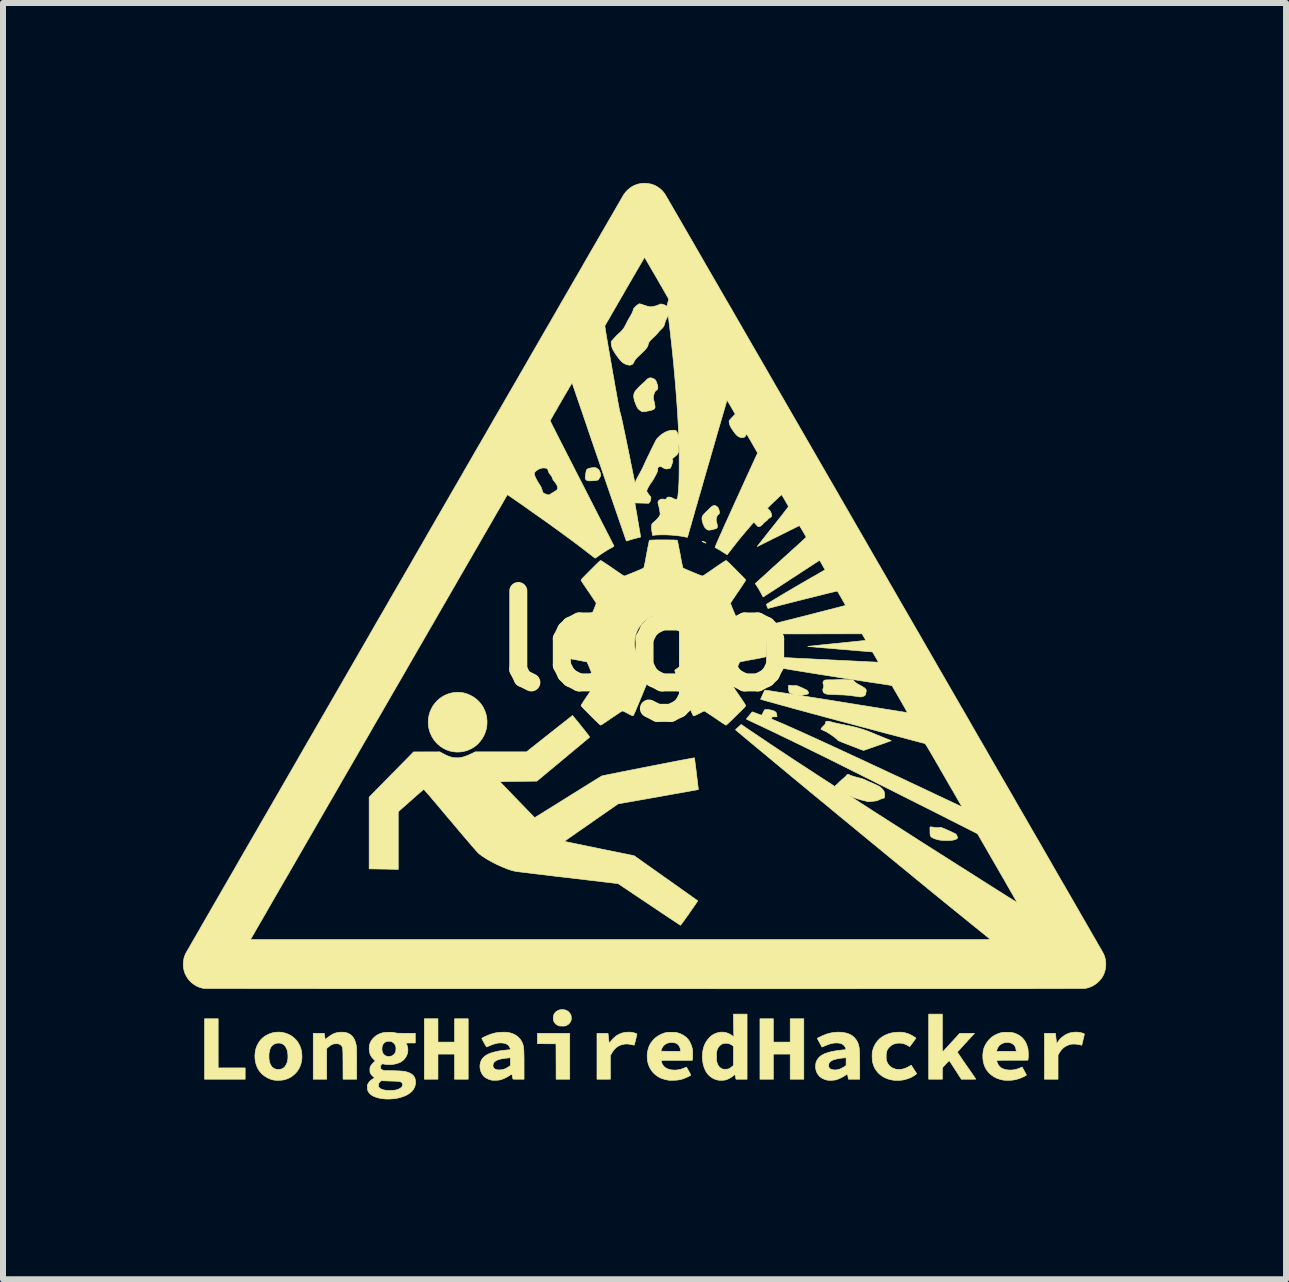
<source format=kicad_pcb>
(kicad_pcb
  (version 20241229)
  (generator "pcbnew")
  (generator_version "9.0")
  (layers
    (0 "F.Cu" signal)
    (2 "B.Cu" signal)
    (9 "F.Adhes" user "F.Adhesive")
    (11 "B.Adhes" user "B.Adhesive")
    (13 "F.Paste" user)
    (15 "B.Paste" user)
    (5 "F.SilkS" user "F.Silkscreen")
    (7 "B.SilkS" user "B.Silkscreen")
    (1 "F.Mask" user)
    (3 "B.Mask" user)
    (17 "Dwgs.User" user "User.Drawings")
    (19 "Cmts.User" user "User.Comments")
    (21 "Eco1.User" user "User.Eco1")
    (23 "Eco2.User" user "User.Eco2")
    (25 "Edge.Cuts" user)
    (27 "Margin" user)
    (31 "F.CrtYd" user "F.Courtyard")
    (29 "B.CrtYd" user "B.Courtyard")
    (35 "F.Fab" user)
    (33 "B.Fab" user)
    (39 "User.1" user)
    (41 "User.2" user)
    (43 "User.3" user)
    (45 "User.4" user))
  (footprint "logo"
    (layer "F.Cu")
    (at 7.695 7.637)
    (property "Reference" "logo" (at 0 0 0) (layer "F.SilkS") (effects (font (size 1.524 1.524) (thickness 0.3))))
    (attr through_hole)
    (fp_poly (pts (xy -7.108 7.116) (xy -6.658 7.116) (xy -6.658 7.304) (xy -7.335 7.304) (xy -7.335 6.296) (xy -7.108 6.296) (xy -7.108 7.116)) (stroke (width 0.01) (type solid)) (fill yes) (layer "F.SilkS"))
    (fp_poly (pts (xy -1.247 7.304) (xy -1.474 7.304) (xy -1.476 6.714) (xy -1.631 6.713) (xy -1.786 6.712) (xy -1.786 6.539) (xy -1.247 6.539) (xy -1.247 7.304)) (stroke (width 0.01) (type solid)) (fill yes) (layer "F.SilkS"))
    (fp_poly (pts (xy -3.444 6.685) (xy -3.167 6.685) (xy -3.167 6.296) (xy -2.94 6.296) (xy -2.94 7.304) (xy -3.167 7.304) (xy -3.167 6.885) (xy -3.444 6.885) (xy -3.444 7.304) (xy -3.671 7.304) (xy -3.671 6.296) (xy -3.444 6.296) (xy -3.444 6.685)) (stroke (width 0.01) (type solid)) (fill yes) (layer "F.SilkS"))
    (fp_poly (pts (xy 2.147 6.685) (xy 2.428 6.685) (xy 2.428 6.296) (xy 2.655 6.296) (xy 2.655 7.304) (xy 2.428 7.304) (xy 2.428 6.885) (xy 2.147 6.885) (xy 2.147 7.304) (xy 1.924 7.304) (xy 1.924 6.296) (xy 2.147 6.296) (xy 2.147 6.685)) (stroke (width 0.01) (type solid)) (fill yes) (layer "F.SilkS"))
    (fp_poly (pts (xy 0.978 -1.661) (xy 0.994 -1.655) (xy 1.009 -1.647) (xy 1.016 -1.641) (xy 1.022 -1.635) (xy 1.024 -1.632) (xy 1.023 -1.632) (xy 1.019 -1.633) (xy 1.01 -1.637) (xy 0.996 -1.643) (xy 0.987 -1.646) (xy 0.972 -1.653) (xy 0.963 -1.657) (xy 0.959 -1.66) (xy 0.961 -1.661) (xy 0.964 -1.662) (xy 0.978 -1.661)) (stroke (width 0.01) (type solid)) (fill yes) (layer "F.SilkS"))
    (fp_poly (pts (xy -1.351 6.144) (xy -1.317 6.151) (xy -1.288 6.164) (xy -1.263 6.183) (xy -1.243 6.208) (xy -1.235 6.222) (xy -1.228 6.235) (xy -1.225 6.246) (xy -1.223 6.257) (xy -1.222 6.271) (xy -1.222 6.284) (xy -1.222 6.303) (xy -1.223 6.316) (xy -1.226 6.327) (xy -1.23 6.337) (xy -1.233 6.343) (xy -1.249 6.367) (xy -1.27 6.389) (xy -1.296 6.405) (xy -1.3 6.407) (xy -1.311 6.412) (xy -1.321 6.415) (xy -1.333 6.417) (xy -1.349 6.418) (xy -1.366 6.418) (xy -1.395 6.418) (xy -1.416 6.416) (xy -1.427 6.414) (xy -1.454 6.402) (xy -1.479 6.385) (xy -1.498 6.364) (xy -1.512 6.341) (xy -1.515 6.333) (xy -1.52 6.31) (xy -1.522 6.282) (xy -1.519 6.255) (xy -1.513 6.232) (xy -1.513 6.23) (xy -1.499 6.203) (xy -1.478 6.181) (xy -1.453 6.163) (xy -1.423 6.15) (xy -1.391 6.144) (xy -1.387 6.144) (xy -1.351 6.144)) (stroke (width 0.01) (type solid)) (fill yes) (layer "F.SilkS"))
    (fp_poly (pts (xy -0.825 -2.892) (xy -0.805 -2.886) (xy -0.784 -2.874) (xy -0.767 -2.86) (xy -0.762 -2.854) (xy -0.752 -2.839) (xy -0.744 -2.82) (xy -0.737 -2.801) (xy -0.733 -2.781) (xy -0.731 -2.764) (xy -0.733 -2.751) (xy -0.736 -2.745) (xy -0.741 -2.738) (xy -0.747 -2.727) (xy -0.754 -2.715) (xy -0.762 -2.702) (xy -0.769 -2.692) (xy -0.775 -2.686) (xy -0.783 -2.683) (xy -0.798 -2.68) (xy -0.817 -2.677) (xy -0.839 -2.675) (xy -0.863 -2.673) (xy -0.886 -2.672) (xy -0.908 -2.671) (xy -0.928 -2.671) (xy -0.942 -2.673) (xy -0.953 -2.675) (xy -0.961 -2.678) (xy -0.963 -2.679) (xy -0.978 -2.691) (xy -0.987 -2.707) (xy -0.989 -2.722) (xy -0.988 -2.733) (xy -0.987 -2.75) (xy -0.984 -2.769) (xy -0.981 -2.79) (xy -0.977 -2.811) (xy -0.974 -2.829) (xy -0.971 -2.843) (xy -0.968 -2.852) (xy -0.968 -2.852) (xy -0.957 -2.864) (xy -0.94 -2.874) (xy -0.915 -2.882) (xy -0.883 -2.888) (xy -0.882 -2.889) (xy -0.863 -2.891) (xy -0.846 -2.892) (xy -0.831 -2.892) (xy -0.825 -2.892)) (stroke (width 0.01) (type solid)) (fill yes) (layer "F.SilkS"))
    (fp_poly (pts (xy 7.247 6.523) (xy 7.288 6.532) (xy 7.312 6.54) (xy 7.324 6.545) (xy 7.331 6.55) (xy 7.332 6.555) (xy 7.332 6.556) (xy 7.331 6.562) (xy 7.328 6.574) (xy 7.324 6.591) (xy 7.319 6.612) (xy 7.313 6.636) (xy 7.31 6.65) (xy 7.289 6.737) (xy 7.249 6.728) (xy 7.214 6.722) (xy 7.177 6.718) (xy 7.142 6.718) (xy 7.11 6.721) (xy 7.085 6.727) (xy 7.043 6.743) (xy 7.006 6.763) (xy 6.974 6.788) (xy 6.945 6.82) (xy 6.918 6.858) (xy 6.91 6.872) (xy 6.893 6.902) (xy 6.893 7.304) (xy 6.666 7.304) (xy 6.666 6.539) (xy 6.849 6.539) (xy 6.852 6.555) (xy 6.853 6.565) (xy 6.855 6.58) (xy 6.857 6.6) (xy 6.859 6.621) (xy 6.86 6.629) (xy 6.863 6.657) (xy 6.865 6.678) (xy 6.868 6.692) (xy 6.87 6.7) (xy 6.873 6.704) (xy 6.876 6.702) (xy 6.88 6.697) (xy 6.886 6.688) (xy 6.888 6.686) (xy 6.916 6.647) (xy 6.95 6.612) (xy 6.989 6.582) (xy 7.03 6.556) (xy 7.072 6.538) (xy 7.113 6.527) (xy 7.158 6.521) (xy 7.203 6.519) (xy 7.247 6.523)) (stroke (width 0.01) (type solid)) (fill yes) (layer "F.SilkS"))
    (fp_poly (pts (xy -3.062 0.857) (xy -3.011 0.865) (xy -2.961 0.88) (xy -2.91 0.901) (xy -2.904 0.904) (xy -2.85 0.934) (xy -2.801 0.97) (xy -2.758 1.011) (xy -2.72 1.057) (xy -2.688 1.107) (xy -2.663 1.161) (xy -2.643 1.219) (xy -2.631 1.279) (xy -2.626 1.332) (xy -2.627 1.392) (xy -2.635 1.452) (xy -2.651 1.511) (xy -2.675 1.569) (xy -2.679 1.577) (xy -2.71 1.631) (xy -2.747 1.68) (xy -2.789 1.724) (xy -2.835 1.761) (xy -2.887 1.793) (xy -2.944 1.819) (xy -2.965 1.826) (xy -3.02 1.841) (xy -3.077 1.849) (xy -3.135 1.85) (xy -3.187 1.845) (xy -3.246 1.833) (xy -3.303 1.813) (xy -3.356 1.787) (xy -3.406 1.753) (xy -3.453 1.713) (xy -3.471 1.695) (xy -3.51 1.648) (xy -3.543 1.596) (xy -3.569 1.542) (xy -3.589 1.484) (xy -3.601 1.425) (xy -3.606 1.363) (xy -3.606 1.353) (xy -3.602 1.292) (xy -3.592 1.233) (xy -3.575 1.177) (xy -3.551 1.124) (xy -3.523 1.074) (xy -3.488 1.029) (xy -3.449 0.987) (xy -3.406 0.951) (xy -3.359 0.92) (xy -3.308 0.894) (xy -3.253 0.874) (xy -3.197 0.861) (xy -3.137 0.855) (xy -3.116 0.854) (xy -3.062 0.857)) (stroke (width 0.01) (type solid)) (fill yes) (layer "F.SilkS"))
    (fp_poly (pts (xy 4.786 3.099) (xy 4.807 3.102) (xy 4.826 3.104) (xy 4.852 3.108) (xy 4.871 3.11) (xy 4.885 3.111) (xy 4.896 3.111) (xy 4.904 3.11) (xy 4.906 3.11) (xy 4.919 3.107) (xy 4.932 3.106) (xy 4.934 3.106) (xy 4.943 3.107) (xy 4.958 3.112) (xy 4.978 3.12) (xy 5.002 3.13) (xy 5.031 3.142) (xy 5.062 3.156) (xy 5.095 3.171) (xy 5.126 3.186) (xy 5.19 3.216) (xy 5.203 3.238) (xy 5.212 3.257) (xy 5.217 3.27) (xy 5.217 3.281) (xy 5.213 3.29) (xy 5.211 3.292) (xy 5.2 3.3) (xy 5.183 3.308) (xy 5.161 3.314) (xy 5.137 3.32) (xy 5.126 3.321) (xy 5.103 3.323) (xy 5.075 3.324) (xy 5.044 3.325) (xy 5.012 3.324) (xy 4.981 3.323) (xy 4.952 3.321) (xy 4.928 3.319) (xy 4.92 3.318) (xy 4.879 3.309) (xy 4.844 3.298) (xy 4.813 3.286) (xy 4.789 3.273) (xy 4.772 3.258) (xy 4.764 3.247) (xy 4.763 3.241) (xy 4.761 3.229) (xy 4.76 3.213) (xy 4.759 3.193) (xy 4.759 3.172) (xy 4.758 3.151) (xy 4.758 3.132) (xy 4.758 3.116) (xy 4.759 3.105) (xy 4.76 3.099) (xy 4.763 3.098) (xy 4.772 3.098) (xy 4.786 3.099)) (stroke (width 0.01) (type solid)) (fill yes) (layer "F.SilkS"))
    (fp_poly (pts (xy 1.174 -2.259) (xy 1.19 -2.252) (xy 1.203 -2.245) (xy 1.216 -2.235) (xy 1.227 -2.221) (xy 1.236 -2.2) (xy 1.245 -2.173) (xy 1.245 -2.171) (xy 1.249 -2.149) (xy 1.248 -2.131) (xy 1.241 -2.118) (xy 1.233 -2.112) (xy 1.22 -2.101) (xy 1.209 -2.083) (xy 1.201 -2.062) (xy 1.196 -2.039) (xy 1.194 -2.017) (xy 1.197 -1.996) (xy 1.198 -1.991) (xy 1.203 -1.974) (xy 1.208 -1.955) (xy 1.211 -1.936) (xy 1.214 -1.919) (xy 1.214 -1.906) (xy 1.214 -1.901) (xy 1.21 -1.891) (xy 1.204 -1.883) (xy 1.192 -1.876) (xy 1.176 -1.87) (xy 1.153 -1.864) (xy 1.15 -1.863) (xy 1.121 -1.856) (xy 1.098 -1.852) (xy 1.08 -1.849) (xy 1.066 -1.85) (xy 1.056 -1.852) (xy 1.053 -1.853) (xy 1.03 -1.868) (xy 1.012 -1.884) (xy 0.998 -1.904) (xy 0.995 -1.912) (xy 0.976 -1.954) (xy 0.964 -1.992) (xy 0.958 -2.025) (xy 0.957 -2.054) (xy 0.963 -2.078) (xy 0.965 -2.083) (xy 0.97 -2.091) (xy 0.979 -2.102) (xy 0.991 -2.116) (xy 1.007 -2.134) (xy 1.028 -2.155) (xy 1.054 -2.18) (xy 1.085 -2.211) (xy 1.091 -2.216) (xy 1.112 -2.236) (xy 1.13 -2.249) (xy 1.145 -2.258) (xy 1.159 -2.261) (xy 1.174 -2.259)) (stroke (width 0.01) (type solid)) (fill yes) (layer "F.SilkS"))
    (fp_poly (pts (xy -0.237 6.52) (xy -0.219 6.522) (xy -0.202 6.525) (xy -0.201 6.525) (xy -0.181 6.529) (xy -0.162 6.535) (xy -0.146 6.54) (xy -0.134 6.546) (xy -0.127 6.55) (xy -0.127 6.552) (xy -0.128 6.556) (xy -0.13 6.568) (xy -0.134 6.584) (xy -0.139 6.605) (xy -0.144 6.629) (xy -0.149 6.647) (xy -0.156 6.676) (xy -0.162 6.699) (xy -0.166 6.715) (xy -0.169 6.726) (xy -0.172 6.733) (xy -0.175 6.736) (xy -0.177 6.737) (xy -0.187 6.733) (xy -0.203 6.73) (xy -0.223 6.726) (xy -0.243 6.722) (xy -0.263 6.719) (xy -0.279 6.717) (xy -0.32 6.717) (xy -0.362 6.724) (xy -0.402 6.736) (xy -0.439 6.753) (xy -0.442 6.755) (xy -0.474 6.778) (xy -0.504 6.808) (xy -0.532 6.845) (xy -0.557 6.887) (xy -0.557 6.887) (xy -0.57 6.91) (xy -0.57 7.107) (xy -0.57 7.304) (xy -0.793 7.304) (xy -0.793 6.539) (xy -0.609 6.539) (xy -0.6 6.621) (xy -0.597 6.65) (xy -0.594 6.673) (xy -0.591 6.69) (xy -0.589 6.701) (xy -0.587 6.704) (xy -0.583 6.701) (xy -0.577 6.693) (xy -0.57 6.682) (xy -0.556 6.663) (xy -0.538 6.642) (xy -0.516 6.62) (xy -0.494 6.6) (xy -0.472 6.582) (xy -0.452 6.569) (xy -0.418 6.551) (xy -0.386 6.538) (xy -0.355 6.529) (xy -0.32 6.523) (xy -0.285 6.52) (xy -0.258 6.52) (xy -0.237 6.52)) (stroke (width 0.01) (type solid)) (fill yes) (layer "F.SilkS"))
    (fp_poly (pts (xy -5.018 6.521) (xy -4.985 6.525) (xy -4.946 6.537) (xy -4.911 6.555) (xy -4.881 6.579) (xy -4.856 6.609) (xy -4.835 6.645) (xy -4.819 6.688) (xy -4.807 6.736) (xy -4.803 6.763) (xy -4.802 6.773) (xy -4.802 6.79) (xy -4.801 6.814) (xy -4.8 6.844) (xy -4.8 6.879) (xy -4.8 6.919) (xy -4.799 6.963) (xy -4.799 7.01) (xy -4.799 7.049) (xy -4.799 7.304) (xy -5.026 7.304) (xy -5.027 7.051) (xy -5.027 6.999) (xy -5.028 6.953) (xy -5.028 6.914) (xy -5.028 6.881) (xy -5.029 6.854) (xy -5.03 6.831) (xy -5.031 6.812) (xy -5.032 6.797) (xy -5.034 6.785) (xy -5.036 6.775) (xy -5.038 6.768) (xy -5.041 6.762) (xy -5.045 6.756) (xy -5.049 6.75) (xy -5.053 6.745) (xy -5.069 6.73) (xy -5.087 6.72) (xy -5.11 6.714) (xy -5.128 6.713) (xy -5.161 6.713) (xy -5.19 6.718) (xy -5.218 6.73) (xy -5.246 6.747) (xy -5.275 6.771) (xy -5.275 6.771) (xy -5.299 6.793) (xy -5.299 7.304) (xy -5.523 7.304) (xy -5.523 6.539) (xy -5.339 6.539) (xy -5.333 6.582) (xy -5.33 6.6) (xy -5.327 6.615) (xy -5.325 6.627) (xy -5.324 6.632) (xy -5.32 6.638) (xy -5.313 6.637) (xy -5.303 6.629) (xy -5.303 6.629) (xy -5.285 6.612) (xy -5.262 6.594) (xy -5.236 6.576) (xy -5.209 6.559) (xy -5.183 6.546) (xy -5.172 6.541) (xy -5.137 6.53) (xy -5.099 6.523) (xy -5.058 6.52) (xy -5.018 6.521)) (stroke (width 0.01) (type solid)) (fill yes) (layer "F.SilkS"))
    (fp_poly (pts (xy 0.107 -4.388) (xy 0.12 -4.386) (xy 0.136 -4.38) (xy 0.153 -4.372) (xy 0.169 -4.363) (xy 0.18 -4.354) (xy 0.182 -4.352) (xy 0.187 -4.343) (xy 0.194 -4.329) (xy 0.201 -4.311) (xy 0.208 -4.291) (xy 0.215 -4.272) (xy 0.219 -4.255) (xy 0.221 -4.242) (xy 0.222 -4.22) (xy 0.219 -4.204) (xy 0.211 -4.191) (xy 0.199 -4.182) (xy 0.19 -4.176) (xy 0.182 -4.168) (xy 0.174 -4.156) (xy 0.169 -4.146) (xy 0.155 -4.11) (xy 0.147 -4.076) (xy 0.148 -4.043) (xy 0.154 -4.013) (xy 0.159 -3.996) (xy 0.163 -3.977) (xy 0.167 -3.956) (xy 0.171 -3.936) (xy 0.174 -3.917) (xy 0.175 -3.903) (xy 0.175 -3.894) (xy 0.175 -3.893) (xy 0.166 -3.876) (xy 0.15 -3.862) (xy 0.13 -3.853) (xy 0.105 -3.846) (xy 0.079 -3.839) (xy 0.052 -3.834) (xy 0.027 -3.829) (xy 0.003 -3.825) (xy -0.017 -3.823) (xy -0.033 -3.823) (xy -0.042 -3.824) (xy -0.042 -3.824) (xy -0.051 -3.829) (xy -0.063 -3.837) (xy -0.077 -3.847) (xy -0.091 -3.858) (xy -0.102 -3.868) (xy -0.106 -3.872) (xy -0.114 -3.882) (xy -0.123 -3.898) (xy -0.133 -3.919) (xy -0.144 -3.943) (xy -0.154 -3.969) (xy -0.164 -3.997) (xy -0.166 -4.002) (xy -0.175 -4.035) (xy -0.18 -4.068) (xy -0.18 -4.099) (xy -0.175 -4.126) (xy -0.166 -4.149) (xy -0.162 -4.156) (xy -0.151 -4.171) (xy -0.136 -4.189) (xy -0.117 -4.21) (xy -0.098 -4.23) (xy -0.079 -4.25) (xy -0.062 -4.265) (xy -0.055 -4.271) (xy -0.041 -4.284) (xy -0.023 -4.3) (xy -0.005 -4.317) (xy 0.013 -4.335) (xy 0.015 -4.337) (xy 0.034 -4.356) (xy 0.049 -4.37) (xy 0.063 -4.379) (xy 0.075 -4.385) (xy 0.088 -4.387) (xy 0.104 -4.388) (xy 0.107 -4.388)) (stroke (width 0.01) (type solid)) (fill yes) (layer "F.SilkS"))
    (fp_poly (pts (xy 3.311 0.641) (xy 3.341 0.642) (xy 3.376 0.644) (xy 3.385 0.644) (xy 3.475 0.65) (xy 3.501 0.676) (xy 3.528 0.699) (xy 3.557 0.718) (xy 3.56 0.719) (xy 3.587 0.734) (xy 3.614 0.748) (xy 3.637 0.762) (xy 3.656 0.774) (xy 3.671 0.784) (xy 3.678 0.79) (xy 3.689 0.803) (xy 3.695 0.815) (xy 3.696 0.829) (xy 3.693 0.848) (xy 3.693 0.848) (xy 3.69 0.862) (xy 3.688 0.874) (xy 3.687 0.881) (xy 3.684 0.893) (xy 3.676 0.904) (xy 3.663 0.914) (xy 3.651 0.919) (xy 3.636 0.924) (xy 3.62 0.928) (xy 3.606 0.93) (xy 3.597 0.931) (xy 3.59 0.93) (xy 3.581 0.929) (xy 3.574 0.928) (xy 3.561 0.926) (xy 3.542 0.923) (xy 3.519 0.92) (xy 3.494 0.917) (xy 3.475 0.914) (xy 3.437 0.909) (xy 3.402 0.905) (xy 3.368 0.902) (xy 3.332 0.899) (xy 3.293 0.897) (xy 3.275 0.897) (xy 3.226 0.895) (xy 3.184 0.893) (xy 3.149 0.892) (xy 3.12 0.89) (xy 3.095 0.889) (xy 3.076 0.888) (xy 3.06 0.887) (xy 3.048 0.886) (xy 3.038 0.884) (xy 3.031 0.883) (xy 3.025 0.881) (xy 3.02 0.88) (xy 3.015 0.877) (xy 3.011 0.875) (xy 2.993 0.865) (xy 2.982 0.853) (xy 2.975 0.839) (xy 2.972 0.823) (xy 2.972 0.808) (xy 2.974 0.796) (xy 2.978 0.786) (xy 2.985 0.767) (xy 2.986 0.746) (xy 2.981 0.722) (xy 2.979 0.716) (xy 2.975 0.703) (xy 2.973 0.695) (xy 2.974 0.688) (xy 2.977 0.681) (xy 2.979 0.678) (xy 2.984 0.668) (xy 2.989 0.66) (xy 2.995 0.655) (xy 3.004 0.651) (xy 3.015 0.649) (xy 3.031 0.647) (xy 3.053 0.647) (xy 3.08 0.646) (xy 3.084 0.646) (xy 3.114 0.646) (xy 3.147 0.646) (xy 3.18 0.645) (xy 3.211 0.643) (xy 3.228 0.643) (xy 3.257 0.641) (xy 3.283 0.641) (xy 3.311 0.641)) (stroke (width 0.01) (type solid)) (fill yes) (layer "F.SilkS"))
    (fp_poly (pts (xy 4.965 6.533) (xy 4.965 6.591) (xy 4.965 6.643) (xy 4.965 6.687) (xy 4.965 6.725) (xy 4.965 6.757) (xy 4.966 6.783) (xy 4.966 6.805) (xy 4.966 6.821) (xy 4.967 6.833) (xy 4.968 6.841) (xy 4.969 6.845) (xy 4.969 6.846) (xy 4.973 6.844) (xy 4.981 6.836) (xy 4.993 6.823) (xy 5.009 6.806) (xy 5.028 6.786) (xy 5.05 6.762) (xy 5.074 6.736) (xy 5.1 6.708) (xy 5.114 6.692) (xy 5.254 6.539) (xy 5.5 6.539) (xy 5.488 6.553) (xy 5.483 6.559) (xy 5.473 6.569) (xy 5.459 6.585) (xy 5.442 6.603) (xy 5.421 6.626) (xy 5.398 6.65) (xy 5.374 6.677) (xy 5.348 6.705) (xy 5.346 6.707) (xy 5.32 6.735) (xy 5.296 6.761) (xy 5.275 6.785) (xy 5.256 6.806) (xy 5.24 6.824) (xy 5.227 6.838) (xy 5.219 6.848) (xy 5.216 6.852) (xy 5.215 6.852) (xy 5.217 6.856) (xy 5.223 6.866) (xy 5.233 6.881) (xy 5.246 6.9) (xy 5.262 6.924) (xy 5.281 6.952) (xy 5.302 6.983) (xy 5.325 7.016) (xy 5.35 7.052) (xy 5.368 7.079) (xy 5.394 7.115) (xy 5.418 7.15) (xy 5.441 7.183) (xy 5.461 7.213) (xy 5.48 7.239) (xy 5.495 7.262) (xy 5.507 7.28) (xy 5.516 7.293) (xy 5.521 7.3) (xy 5.523 7.302) (xy 5.519 7.303) (xy 5.508 7.303) (xy 5.492 7.304) (xy 5.471 7.304) (xy 5.446 7.304) (xy 5.417 7.304) (xy 5.402 7.304) (xy 5.281 7.304) (xy 5.182 7.15) (xy 5.162 7.119) (xy 5.143 7.09) (xy 5.126 7.064) (xy 5.111 7.041) (xy 5.099 7.022) (xy 5.089 7.008) (xy 5.083 6.998) (xy 5.08 6.995) (xy 5.08 6.995) (xy 5.077 6.997) (xy 5.069 7.004) (xy 5.058 7.015) (xy 5.044 7.029) (xy 5.027 7.046) (xy 5.021 7.053) (xy 4.965 7.113) (xy 4.965 7.304) (xy 4.737 7.304) (xy 4.737 6.219) (xy 4.965 6.219) (xy 4.965 6.533)) (stroke (width 0.01) (type solid)) (fill yes) (layer "F.SilkS"))
    (fp_poly (pts (xy -6.06 6.521) (xy -6.034 6.525) (xy -5.98 6.538) (xy -5.93 6.558) (xy -5.884 6.584) (xy -5.843 6.616) (xy -5.806 6.652) (xy -5.775 6.694) (xy -5.75 6.74) (xy -5.73 6.79) (xy -5.718 6.843) (xy -5.715 6.862) (xy -5.711 6.921) (xy -5.714 6.977) (xy -5.724 7.031) (xy -5.74 7.082) (xy -5.762 7.129) (xy -5.79 7.172) (xy -5.824 7.211) (xy -5.863 7.245) (xy -5.906 7.274) (xy -5.955 7.297) (xy -6.003 7.313) (xy -6.024 7.317) (xy -6.051 7.32) (xy -6.081 7.322) (xy -6.112 7.323) (xy -6.141 7.322) (xy -6.167 7.32) (xy -6.182 7.318) (xy -6.231 7.305) (xy -6.279 7.285) (xy -6.324 7.259) (xy -6.365 7.228) (xy -6.374 7.22) (xy -6.4 7.193) (xy -6.422 7.166) (xy -6.441 7.135) (xy -6.456 7.108) (xy -6.474 7.06) (xy -6.487 7.01) (xy -6.494 6.956) (xy -6.495 6.935) (xy -6.262 6.935) (xy -6.259 6.981) (xy -6.251 7.021) (xy -6.238 7.056) (xy -6.221 7.085) (xy -6.2 7.109) (xy -6.175 7.126) (xy -6.146 7.137) (xy -6.113 7.141) (xy -6.096 7.141) (xy -6.075 7.139) (xy -6.055 7.135) (xy -6.045 7.131) (xy -6.021 7.118) (xy -5.999 7.099) (xy -5.98 7.073) (xy -5.965 7.043) (xy -5.953 7.009) (xy -5.951 7) (xy -5.947 6.972) (xy -5.945 6.94) (xy -5.945 6.906) (xy -5.948 6.873) (xy -5.952 6.844) (xy -5.953 6.837) (xy -5.965 6.799) (xy -5.982 6.767) (xy -6.002 6.741) (xy -6.027 6.721) (xy -6.055 6.708) (xy -6.086 6.702) (xy -6.12 6.702) (xy -6.121 6.702) (xy -6.154 6.709) (xy -6.183 6.723) (xy -6.208 6.742) (xy -6.228 6.768) (xy -6.244 6.8) (xy -6.254 6.838) (xy -6.261 6.881) (xy -6.261 6.885) (xy -6.262 6.935) (xy -6.495 6.935) (xy -6.495 6.903) (xy -6.49 6.849) (xy -6.479 6.798) (xy -6.462 6.75) (xy -6.458 6.741) (xy -6.432 6.693) (xy -6.402 6.651) (xy -6.366 6.615) (xy -6.325 6.584) (xy -6.278 6.559) (xy -6.235 6.541) (xy -6.195 6.529) (xy -6.15 6.522) (xy -6.104 6.519) (xy -6.06 6.521)) (stroke (width 0.01) (type solid)) (fill yes) (layer "F.SilkS"))
    (fp_poly (pts (xy 4.307 6.524) (xy 4.347 6.531) (xy 4.386 6.543) (xy 4.426 6.559) (xy 4.439 6.566) (xy 4.457 6.575) (xy 4.475 6.586) (xy 4.492 6.596) (xy 4.506 6.606) (xy 4.517 6.614) (xy 4.522 6.62) (xy 4.522 6.622) (xy 4.52 6.626) (xy 4.514 6.635) (xy 4.504 6.648) (xy 4.492 6.665) (xy 4.478 6.684) (xy 4.471 6.693) (xy 4.42 6.762) (xy 4.409 6.754) (xy 4.366 6.73) (xy 4.323 6.713) (xy 4.279 6.704) (xy 4.235 6.702) (xy 4.191 6.708) (xy 4.153 6.719) (xy 4.129 6.731) (xy 4.105 6.747) (xy 4.083 6.767) (xy 4.064 6.787) (xy 4.061 6.792) (xy 4.048 6.813) (xy 4.039 6.835) (xy 4.032 6.859) (xy 4.029 6.886) (xy 4.028 6.918) (xy 4.028 6.925) (xy 4.028 6.949) (xy 4.029 6.966) (xy 4.03 6.979) (xy 4.032 6.991) (xy 4.036 7.002) (xy 4.037 7.004) (xy 4.053 7.04) (xy 4.076 7.072) (xy 4.103 7.098) (xy 4.136 7.118) (xy 4.173 7.132) (xy 4.195 7.138) (xy 4.239 7.142) (xy 4.284 7.139) (xy 4.329 7.128) (xy 4.375 7.11) (xy 4.42 7.085) (xy 4.423 7.084) (xy 4.445 7.07) (xy 4.475 7.115) (xy 4.487 7.134) (xy 4.5 7.154) (xy 4.511 7.172) (xy 4.52 7.185) (xy 4.521 7.186) (xy 4.537 7.212) (xy 4.518 7.228) (xy 4.477 7.255) (xy 4.432 7.279) (xy 4.381 7.298) (xy 4.328 7.313) (xy 4.289 7.32) (xy 4.275 7.321) (xy 4.255 7.322) (xy 4.232 7.323) (xy 4.208 7.323) (xy 4.185 7.323) (xy 4.166 7.322) (xy 4.151 7.321) (xy 4.151 7.321) (xy 4.092 7.31) (xy 4.037 7.293) (xy 3.987 7.269) (xy 3.941 7.239) (xy 3.9 7.203) (xy 3.894 7.197) (xy 3.862 7.158) (xy 3.836 7.117) (xy 3.817 7.071) (xy 3.802 7.021) (xy 3.8 7.009) (xy 3.797 6.987) (xy 3.795 6.959) (xy 3.794 6.93) (xy 3.794 6.9) (xy 3.795 6.873) (xy 3.797 6.85) (xy 3.798 6.846) (xy 3.812 6.794) (xy 3.832 6.745) (xy 3.858 6.7) (xy 3.89 6.659) (xy 3.927 6.623) (xy 3.97 6.592) (xy 4.017 6.567) (xy 4.069 6.546) (xy 4.125 6.531) (xy 4.184 6.523) (xy 4.216 6.521) (xy 4.264 6.52) (xy 4.307 6.524)) (stroke (width 0.01) (type solid)) (fill yes) (layer "F.SilkS"))
    (fp_poly (pts (xy 3.071 1.337) (xy 3.088 1.341) (xy 3.106 1.346) (xy 3.122 1.351) (xy 3.14 1.356) (xy 3.161 1.361) (xy 3.184 1.366) (xy 3.211 1.372) (xy 3.244 1.379) (xy 3.281 1.387) (xy 3.325 1.395) (xy 3.343 1.399) (xy 3.414 1.413) (xy 3.479 1.428) (xy 3.54 1.443) (xy 3.598 1.46) (xy 3.656 1.478) (xy 3.715 1.499) (xy 3.777 1.523) (xy 3.844 1.551) (xy 3.848 1.553) (xy 3.874 1.564) (xy 3.905 1.576) (xy 3.939 1.59) (xy 3.973 1.604) (xy 4.006 1.617) (xy 4.019 1.622) (xy 4.044 1.632) (xy 4.067 1.641) (xy 4.086 1.649) (xy 4.1 1.655) (xy 4.11 1.659) (xy 4.113 1.661) (xy 4.109 1.663) (xy 4.099 1.666) (xy 4.083 1.672) (xy 4.062 1.68) (xy 4.036 1.688) (xy 4.008 1.699) (xy 3.976 1.71) (xy 3.942 1.722) (xy 3.907 1.734) (xy 3.872 1.746) (xy 3.837 1.759) (xy 3.802 1.771) (xy 3.77 1.782) (xy 3.74 1.792) (xy 3.713 1.802) (xy 3.69 1.81) (xy 3.672 1.816) (xy 3.659 1.82) (xy 3.653 1.822) (xy 3.652 1.823) (xy 3.648 1.821) (xy 3.637 1.818) (xy 3.62 1.812) (xy 3.597 1.804) (xy 3.571 1.794) (xy 3.54 1.782) (xy 3.506 1.769) (xy 3.47 1.755) (xy 3.436 1.742) (xy 3.392 1.725) (xy 3.354 1.71) (xy 3.322 1.698) (xy 3.296 1.688) (xy 3.275 1.679) (xy 3.258 1.672) (xy 3.245 1.666) (xy 3.236 1.662) (xy 3.228 1.658) (xy 3.223 1.655) (xy 3.22 1.652) (xy 3.218 1.649) (xy 3.217 1.647) (xy 3.208 1.638) (xy 3.194 1.625) (xy 3.176 1.61) (xy 3.154 1.594) (xy 3.13 1.577) (xy 3.105 1.559) (xy 3.08 1.543) (xy 3.055 1.527) (xy 3.033 1.514) (xy 3.013 1.504) (xy 3.007 1.501) (xy 2.987 1.492) (xy 2.969 1.484) (xy 2.954 1.476) (xy 2.943 1.469) (xy 2.941 1.468) (xy 2.941 1.464) (xy 2.946 1.456) (xy 2.954 1.446) (xy 2.962 1.436) (xy 2.971 1.427) (xy 2.975 1.423) (xy 2.985 1.413) (xy 2.997 1.401) (xy 3.003 1.394) (xy 3.012 1.382) (xy 3.016 1.372) (xy 3.017 1.361) (xy 3.017 1.36) (xy 3.018 1.35) (xy 3.02 1.344) (xy 3.027 1.341) (xy 3.032 1.339) (xy 3.044 1.337) (xy 3.057 1.336) (xy 3.071 1.337)) (stroke (width 0.01) (type solid)) (fill yes) (layer "F.SilkS"))
    (fp_poly (pts (xy 1.709 7.304) (xy 1.525 7.304) (xy 1.519 7.278) (xy 1.516 7.263) (xy 1.512 7.249) (xy 1.511 7.24) (xy 1.508 7.231) (xy 1.505 7.227) (xy 1.505 7.227) (xy 1.5 7.23) (xy 1.492 7.236) (xy 1.484 7.243) (xy 1.443 7.273) (xy 1.397 7.299) (xy 1.362 7.313) (xy 1.346 7.317) (xy 1.324 7.32) (xy 1.298 7.322) (xy 1.272 7.322) (xy 1.247 7.322) (xy 1.225 7.319) (xy 1.219 7.318) (xy 1.175 7.305) (xy 1.133 7.285) (xy 1.095 7.259) (xy 1.061 7.227) (xy 1.032 7.19) (xy 1.015 7.159) (xy 0.994 7.11) (xy 0.978 7.057) (xy 0.969 7.001) (xy 0.964 6.943) (xy 0.965 6.908) (xy 1.199 6.908) (xy 1.199 6.923) (xy 1.199 6.95) (xy 1.2 6.971) (xy 1.201 6.988) (xy 1.202 7.001) (xy 1.205 7.013) (xy 1.208 7.025) (xy 1.22 7.06) (xy 1.237 7.088) (xy 1.257 7.11) (xy 1.279 7.124) (xy 1.292 7.131) (xy 1.304 7.135) (xy 1.316 7.137) (xy 1.331 7.138) (xy 1.35 7.138) (xy 1.353 7.138) (xy 1.373 7.137) (xy 1.387 7.135) (xy 1.399 7.132) (xy 1.411 7.127) (xy 1.412 7.127) (xy 1.426 7.119) (xy 1.441 7.108) (xy 1.456 7.096) (xy 1.458 7.095) (xy 1.482 7.073) (xy 1.482 6.755) (xy 1.473 6.748) (xy 1.448 6.73) (xy 1.42 6.716) (xy 1.389 6.708) (xy 1.357 6.704) (xy 1.326 6.707) (xy 1.298 6.715) (xy 1.293 6.717) (xy 1.272 6.729) (xy 1.252 6.747) (xy 1.234 6.767) (xy 1.226 6.779) (xy 1.22 6.791) (xy 1.214 6.806) (xy 1.208 6.823) (xy 1.208 6.823) (xy 1.205 6.834) (xy 1.202 6.845) (xy 1.201 6.856) (xy 1.2 6.869) (xy 1.199 6.886) (xy 1.199 6.908) (xy 0.965 6.908) (xy 0.966 6.885) (xy 0.972 6.829) (xy 0.985 6.775) (xy 1.002 6.727) (xy 1.021 6.69) (xy 1.045 6.654) (xy 1.072 6.621) (xy 1.101 6.591) (xy 1.132 6.568) (xy 1.14 6.562) (xy 1.183 6.541) (xy 1.227 6.527) (xy 1.272 6.52) (xy 1.316 6.52) (xy 1.36 6.528) (xy 1.402 6.543) (xy 1.443 6.565) (xy 1.467 6.582) (xy 1.49 6.601) (xy 1.488 6.569) (xy 1.487 6.558) (xy 1.487 6.54) (xy 1.486 6.517) (xy 1.485 6.489) (xy 1.485 6.458) (xy 1.484 6.424) (xy 1.483 6.388) (xy 1.483 6.378) (xy 1.481 6.219) (xy 1.709 6.219) (xy 1.709 7.304)) (stroke (width 0.01) (type solid)) (fill yes) (layer "F.SilkS"))
    (fp_poly (pts (xy 6.077 6.522) (xy 6.107 6.524) (xy 6.134 6.528) (xy 6.159 6.534) (xy 6.183 6.542) (xy 6.209 6.554) (xy 6.213 6.555) (xy 6.256 6.58) (xy 6.293 6.609) (xy 6.325 6.645) (xy 6.351 6.686) (xy 6.372 6.732) (xy 6.388 6.784) (xy 6.391 6.795) (xy 6.393 6.811) (xy 6.395 6.833) (xy 6.397 6.859) (xy 6.397 6.886) (xy 6.397 6.913) (xy 6.397 6.937) (xy 6.395 6.958) (xy 6.394 6.97) (xy 6.39 6.987) (xy 6.131 6.988) (xy 6.08 6.988) (xy 6.035 6.988) (xy 5.997 6.988) (xy 5.965 6.988) (xy 5.939 6.989) (xy 5.918 6.99) (xy 5.902 6.991) (xy 5.89 6.992) (xy 5.881 6.994) (xy 5.876 6.996) (xy 5.873 7) (xy 5.872 7.004) (xy 5.873 7.008) (xy 5.875 7.014) (xy 5.878 7.021) (xy 5.88 7.028) (xy 5.894 7.06) (xy 5.914 7.088) (xy 5.939 7.11) (xy 5.959 7.123) (xy 5.999 7.139) (xy 6.042 7.148) (xy 6.088 7.152) (xy 6.135 7.15) (xy 6.182 7.143) (xy 6.229 7.129) (xy 6.261 7.116) (xy 6.275 7.109) (xy 6.287 7.104) (xy 6.293 7.102) (xy 6.294 7.101) (xy 6.297 7.106) (xy 6.302 7.115) (xy 6.31 7.129) (xy 6.319 7.145) (xy 6.329 7.164) (xy 6.339 7.182) (xy 6.348 7.199) (xy 6.356 7.214) (xy 6.362 7.226) (xy 6.365 7.233) (xy 6.365 7.234) (xy 6.364 7.237) (xy 6.36 7.24) (xy 6.352 7.245) (xy 6.339 7.252) (xy 6.32 7.262) (xy 6.316 7.264) (xy 6.275 7.282) (xy 6.234 7.297) (xy 6.189 7.31) (xy 6.185 7.311) (xy 6.158 7.316) (xy 6.125 7.32) (xy 6.09 7.322) (xy 6.054 7.323) (xy 6.02 7.322) (xy 5.99 7.32) (xy 5.977 7.318) (xy 5.921 7.305) (xy 5.87 7.287) (xy 5.822 7.262) (xy 5.779 7.232) (xy 5.74 7.196) (xy 5.707 7.156) (xy 5.68 7.111) (xy 5.675 7.099) (xy 5.658 7.054) (xy 5.646 7.005) (xy 5.64 6.954) (xy 5.639 6.902) (xy 5.644 6.85) (xy 5.646 6.839) (xy 5.868 6.839) (xy 6.197 6.839) (xy 6.194 6.817) (xy 6.187 6.782) (xy 6.174 6.753) (xy 6.156 6.73) (xy 6.132 6.712) (xy 6.103 6.699) (xy 6.073 6.693) (xy 6.035 6.691) (xy 5.999 6.696) (xy 5.965 6.708) (xy 5.935 6.725) (xy 5.91 6.747) (xy 5.903 6.756) (xy 5.89 6.777) (xy 5.879 6.801) (xy 5.871 6.824) (xy 5.87 6.828) (xy 5.868 6.839) (xy 5.646 6.839) (xy 5.654 6.801) (xy 5.66 6.781) (xy 5.681 6.733) (xy 5.709 6.688) (xy 5.742 6.647) (xy 5.78 6.61) (xy 5.823 6.579) (xy 5.871 6.554) (xy 5.921 6.535) (xy 5.932 6.532) (xy 5.947 6.528) (xy 5.96 6.526) (xy 5.973 6.524) (xy 5.988 6.523) (xy 6.006 6.522) (xy 6.03 6.522) (xy 6.04 6.522) (xy 6.077 6.522)) (stroke (width 0.01) (type solid)) (fill yes) (layer "F.SilkS"))
    (fp_poly (pts (xy 3.277 6.521) (xy 3.331 6.528) (xy 3.38 6.54) (xy 3.424 6.557) (xy 3.463 6.58) (xy 3.497 6.609) (xy 3.525 6.643) (xy 3.547 6.679) (xy 3.554 6.694) (xy 3.56 6.709) (xy 3.566 6.724) (xy 3.57 6.74) (xy 3.574 6.757) (xy 3.577 6.777) (xy 3.58 6.799) (xy 3.582 6.824) (xy 3.584 6.854) (xy 3.585 6.888) (xy 3.586 6.927) (xy 3.586 6.972) (xy 3.587 7.023) (xy 3.587 7.081) (xy 3.587 7.092) (xy 3.587 7.304) (xy 3.399 7.304) (xy 3.392 7.264) (xy 3.389 7.247) (xy 3.385 7.233) (xy 3.382 7.224) (xy 3.381 7.221) (xy 3.376 7.222) (xy 3.367 7.227) (xy 3.354 7.235) (xy 3.344 7.241) (xy 3.319 7.257) (xy 3.29 7.273) (xy 3.26 7.288) (xy 3.232 7.3) (xy 3.206 7.31) (xy 3.198 7.312) (xy 3.178 7.317) (xy 3.152 7.32) (xy 3.124 7.322) (xy 3.096 7.323) (xy 3.07 7.322) (xy 3.048 7.32) (xy 3.038 7.318) (xy 2.995 7.305) (xy 2.958 7.287) (xy 2.925 7.264) (xy 2.907 7.245) (xy 2.883 7.213) (xy 2.866 7.178) (xy 2.855 7.139) (xy 2.852 7.097) (xy 2.852 7.094) (xy 2.853 7.069) (xy 3.068 7.069) (xy 3.07 7.092) (xy 3.077 7.111) (xy 3.089 7.127) (xy 3.098 7.133) (xy 3.121 7.142) (xy 3.148 7.148) (xy 3.179 7.15) (xy 3.21 7.147) (xy 3.223 7.145) (xy 3.257 7.134) (xy 3.294 7.117) (xy 3.33 7.096) (xy 3.36 7.076) (xy 3.36 6.946) (xy 3.33 6.948) (xy 3.275 6.954) (xy 3.228 6.961) (xy 3.188 6.97) (xy 3.154 6.98) (xy 3.131 6.989) (xy 3.106 7.004) (xy 3.088 7.019) (xy 3.076 7.037) (xy 3.07 7.059) (xy 3.068 7.069) (xy 2.853 7.069) (xy 2.853 7.064) (xy 2.856 7.039) (xy 2.862 7.017) (xy 2.872 6.993) (xy 2.874 6.99) (xy 2.89 6.963) (xy 2.911 6.938) (xy 2.937 6.916) (xy 2.968 6.896) (xy 3.005 6.878) (xy 3.048 6.863) (xy 3.097 6.849) (xy 3.152 6.837) (xy 3.215 6.827) (xy 3.284 6.818) (xy 3.334 6.813) (xy 3.347 6.812) (xy 3.355 6.811) (xy 3.358 6.808) (xy 3.358 6.804) (xy 3.357 6.801) (xy 3.347 6.772) (xy 3.33 6.747) (xy 3.309 6.727) (xy 3.283 6.713) (xy 3.28 6.712) (xy 3.244 6.702) (xy 3.203 6.699) (xy 3.159 6.701) (xy 3.112 6.71) (xy 3.062 6.725) (xy 3.01 6.746) (xy 2.996 6.752) (xy 2.981 6.759) (xy 2.968 6.764) (xy 2.96 6.768) (xy 2.958 6.769) (xy 2.956 6.765) (xy 2.951 6.756) (xy 2.943 6.742) (xy 2.934 6.725) (xy 2.924 6.707) (xy 2.914 6.688) (xy 2.904 6.669) (xy 2.895 6.652) (xy 2.887 6.638) (xy 2.882 6.628) (xy 2.88 6.623) (xy 2.88 6.623) (xy 2.882 6.62) (xy 2.891 6.615) (xy 2.905 6.608) (xy 2.922 6.6) (xy 2.942 6.591) (xy 2.963 6.581) (xy 2.985 6.572) (xy 3.006 6.563) (xy 3.025 6.556) (xy 3.036 6.552) (xy 3.073 6.541) (xy 3.106 6.533) (xy 3.139 6.527) (xy 3.173 6.523) (xy 3.212 6.521) (xy 3.218 6.52) (xy 3.277 6.521)) (stroke (width 0.01) (type solid)) (fill yes) (layer "F.SilkS"))
    (fp_poly (pts (xy 0.448 6.522) (xy 0.474 6.522) (xy 0.494 6.522) (xy 0.51 6.523) (xy 0.524 6.525) (xy 0.536 6.527) (xy 0.55 6.531) (xy 0.555 6.532) (xy 0.599 6.547) (xy 0.64 6.567) (xy 0.677 6.592) (xy 0.709 6.62) (xy 0.729 6.643) (xy 0.749 6.672) (xy 0.766 6.707) (xy 0.782 6.744) (xy 0.791 6.775) (xy 0.795 6.791) (xy 0.798 6.805) (xy 0.8 6.819) (xy 0.801 6.835) (xy 0.802 6.856) (xy 0.802 6.879) (xy 0.802 6.903) (xy 0.802 6.925) (xy 0.801 6.945) (xy 0.8 6.961) (xy 0.799 6.967) (xy 0.796 6.989) (xy 0.537 6.989) (xy 0.485 6.989) (xy 0.44 6.989) (xy 0.402 6.989) (xy 0.37 6.989) (xy 0.344 6.989) (xy 0.323 6.99) (xy 0.307 6.99) (xy 0.295 6.991) (xy 0.286 6.992) (xy 0.281 6.992) (xy 0.278 6.993) (xy 0.277 6.994) (xy 0.279 7.004) (xy 0.283 7.018) (xy 0.288 7.033) (xy 0.294 7.049) (xy 0.301 7.062) (xy 0.302 7.063) (xy 0.319 7.087) (xy 0.342 7.108) (xy 0.37 7.124) (xy 0.384 7.131) (xy 0.412 7.14) (xy 0.437 7.147) (xy 0.462 7.15) (xy 0.492 7.152) (xy 0.506 7.152) (xy 0.54 7.15) (xy 0.571 7.146) (xy 0.601 7.14) (xy 0.633 7.129) (xy 0.652 7.121) (xy 0.669 7.115) (xy 0.683 7.109) (xy 0.693 7.105) (xy 0.698 7.103) (xy 0.7 7.106) (xy 0.706 7.115) (xy 0.714 7.128) (xy 0.724 7.146) (xy 0.735 7.165) (xy 0.736 7.168) (xy 0.75 7.193) (xy 0.76 7.213) (xy 0.766 7.226) (xy 0.769 7.235) (xy 0.769 7.238) (xy 0.763 7.242) (xy 0.752 7.248) (xy 0.737 7.256) (xy 0.719 7.265) (xy 0.699 7.274) (xy 0.68 7.282) (xy 0.663 7.29) (xy 0.649 7.295) (xy 0.618 7.305) (xy 0.588 7.312) (xy 0.559 7.317) (xy 0.527 7.32) (xy 0.49 7.322) (xy 0.481 7.322) (xy 0.458 7.322) (xy 0.437 7.322) (xy 0.42 7.322) (xy 0.407 7.322) (xy 0.402 7.321) (xy 0.342 7.309) (xy 0.287 7.292) (xy 0.238 7.269) (xy 0.194 7.24) (xy 0.155 7.206) (xy 0.121 7.167) (xy 0.092 7.121) (xy 0.081 7.099) (xy 0.063 7.054) (xy 0.051 7.006) (xy 0.045 6.955) (xy 0.044 6.903) (xy 0.049 6.851) (xy 0.053 6.835) (xy 0.273 6.835) (xy 0.277 6.836) (xy 0.288 6.837) (xy 0.306 6.837) (xy 0.33 6.838) (xy 0.361 6.838) (xy 0.397 6.839) (xy 0.437 6.839) (xy 0.601 6.839) (xy 0.599 6.816) (xy 0.593 6.785) (xy 0.581 6.757) (xy 0.565 6.734) (xy 0.545 6.715) (xy 0.522 6.703) (xy 0.52 6.702) (xy 0.484 6.694) (xy 0.448 6.691) (xy 0.412 6.695) (xy 0.379 6.704) (xy 0.35 6.719) (xy 0.324 6.739) (xy 0.306 6.76) (xy 0.299 6.772) (xy 0.291 6.786) (xy 0.284 6.802) (xy 0.278 6.818) (xy 0.274 6.83) (xy 0.273 6.835) (xy 0.053 6.835) (xy 0.06 6.802) (xy 0.076 6.756) (xy 0.081 6.744) (xy 0.107 6.697) (xy 0.14 6.655) (xy 0.178 6.617) (xy 0.221 6.585) (xy 0.269 6.558) (xy 0.321 6.537) (xy 0.345 6.53) (xy 0.358 6.527) (xy 0.371 6.525) (xy 0.384 6.523) (xy 0.399 6.522) (xy 0.419 6.522) (xy 0.444 6.522) (xy 0.448 6.522)) (stroke (width 0.01) (type solid)) (fill yes) (layer "F.SilkS"))
    (fp_poly (pts (xy -2.29 6.523) (xy -2.253 6.529) (xy -2.218 6.539) (xy -2.183 6.552) (xy -2.161 6.563) (xy -2.13 6.582) (xy -2.101 6.607) (xy -2.075 6.635) (xy -2.054 6.666) (xy -2.048 6.677) (xy -2.041 6.692) (xy -2.035 6.707) (xy -2.029 6.721) (xy -2.025 6.736) (xy -2.021 6.753) (xy -2.018 6.771) (xy -2.015 6.792) (xy -2.013 6.816) (xy -2.012 6.845) (xy -2.011 6.877) (xy -2.01 6.915) (xy -2.009 6.958) (xy -2.009 7.008) (xy -2.009 7.064) (xy -2.009 7.073) (xy -2.009 7.304) (xy -2.101 7.304) (xy -2.132 7.304) (xy -2.155 7.304) (xy -2.173 7.303) (xy -2.185 7.303) (xy -2.192 7.301) (xy -2.195 7.3) (xy -2.195 7.3) (xy -2.196 7.294) (xy -2.198 7.283) (xy -2.201 7.267) (xy -2.203 7.257) (xy -2.207 7.241) (xy -2.21 7.229) (xy -2.213 7.221) (xy -2.215 7.22) (xy -2.219 7.222) (xy -2.229 7.227) (xy -2.242 7.236) (xy -2.253 7.243) (xy -2.293 7.268) (xy -2.336 7.289) (xy -2.377 7.306) (xy -2.392 7.31) (xy -2.408 7.315) (xy -2.424 7.318) (xy -2.44 7.32) (xy -2.461 7.321) (xy -2.48 7.322) (xy -2.513 7.322) (xy -2.538 7.321) (xy -2.557 7.318) (xy -2.557 7.318) (xy -2.595 7.307) (xy -2.629 7.291) (xy -2.66 7.272) (xy -2.685 7.25) (xy -2.687 7.247) (xy -2.71 7.215) (xy -2.727 7.179) (xy -2.739 7.14) (xy -2.744 7.1) (xy -2.744 7.093) (xy -2.743 7.075) (xy -2.527 7.075) (xy -2.525 7.097) (xy -2.515 7.116) (xy -2.499 7.131) (xy -2.477 7.142) (xy -2.459 7.147) (xy -2.44 7.149) (xy -2.417 7.149) (xy -2.392 7.147) (xy -2.368 7.144) (xy -2.348 7.139) (xy -2.348 7.139) (xy -2.319 7.128) (xy -2.289 7.112) (xy -2.258 7.092) (xy -2.236 7.077) (xy -2.236 7.012) (xy -2.236 6.99) (xy -2.237 6.972) (xy -2.237 6.958) (xy -2.238 6.949) (xy -2.239 6.947) (xy -2.244 6.947) (xy -2.254 6.948) (xy -2.27 6.949) (xy -2.286 6.951) (xy -2.34 6.957) (xy -2.387 6.965) (xy -2.427 6.975) (xy -2.46 6.987) (xy -2.486 7.002) (xy -2.506 7.019) (xy -2.519 7.038) (xy -2.523 7.049) (xy -2.527 7.075) (xy -2.743 7.075) (xy -2.741 7.054) (xy -2.733 7.018) (xy -2.719 6.986) (xy -2.7 6.956) (xy -2.674 6.93) (xy -2.643 6.906) (xy -2.605 6.885) (xy -2.56 6.867) (xy -2.509 6.852) (xy -2.451 6.838) (xy -2.386 6.827) (xy -2.314 6.819) (xy -2.304 6.818) (xy -2.283 6.816) (xy -2.264 6.814) (xy -2.25 6.813) (xy -2.241 6.812) (xy -2.239 6.812) (xy -2.236 6.809) (xy -2.237 6.801) (xy -2.24 6.789) (xy -2.245 6.776) (xy -2.253 6.763) (xy -2.261 6.75) (xy -2.267 6.743) (xy -2.284 6.727) (xy -2.304 6.716) (xy -2.327 6.708) (xy -2.356 6.702) (xy -2.37 6.7) (xy -2.405 6.699) (xy -2.441 6.701) (xy -2.479 6.709) (xy -2.52 6.721) (xy -2.566 6.738) (xy -2.581 6.745) (xy -2.599 6.752) (xy -2.615 6.759) (xy -2.626 6.764) (xy -2.633 6.766) (xy -2.633 6.767) (xy -2.636 6.764) (xy -2.642 6.755) (xy -2.649 6.742) (xy -2.659 6.726) (xy -2.669 6.708) (xy -2.68 6.689) (xy -2.69 6.67) (xy -2.699 6.653) (xy -2.706 6.639) (xy -2.711 6.629) (xy -2.713 6.624) (xy -2.71 6.62) (xy -2.7 6.614) (xy -2.686 6.606) (xy -2.668 6.597) (xy -2.647 6.588) (xy -2.625 6.578) (xy -2.603 6.569) (xy -2.581 6.56) (xy -2.564 6.554) (xy -2.525 6.542) (xy -2.489 6.533) (xy -2.454 6.527) (xy -2.417 6.523) (xy -2.378 6.521) (xy -2.331 6.52) (xy -2.29 6.523)) (stroke (width 0.01) (type solid)) (fill yes) (layer "F.SilkS"))
    (fp_poly (pts (xy -4.232 6.522) (xy -4.211 6.522) (xy -4.195 6.523) (xy -4.181 6.525) (xy -4.169 6.528) (xy -4.159 6.53) (xy -4.151 6.532) (xy -4.143 6.534) (xy -4.135 6.535) (xy -4.125 6.536) (xy -4.113 6.537) (xy -4.097 6.538) (xy -4.078 6.538) (xy -4.054 6.538) (xy -4.024 6.539) (xy -3.987 6.539) (xy -3.975 6.539) (xy -3.822 6.539) (xy -3.822 6.7) (xy -3.9 6.7) (xy -3.924 6.7) (xy -3.945 6.701) (xy -3.962 6.701) (xy -3.974 6.702) (xy -3.979 6.702) (xy -3.979 6.703) (xy -3.977 6.707) (xy -3.972 6.715) (xy -3.972 6.715) (xy -3.959 6.739) (xy -3.95 6.768) (xy -3.946 6.8) (xy -3.946 6.833) (xy -3.95 6.862) (xy -3.962 6.901) (xy -3.981 6.937) (xy -4.005 6.97) (xy -4.035 6.998) (xy -4.069 7.02) (xy -4.076 7.023) (xy -4.118 7.04) (xy -4.165 7.052) (xy -4.214 7.059) (xy -4.263 7.061) (xy -4.31 7.058) (xy -4.345 7.052) (xy -4.37 7.046) (xy -4.385 7.061) (xy -4.394 7.072) (xy -4.399 7.082) (xy -4.402 7.095) (xy -4.402 7.096) (xy -4.401 7.115) (xy -4.396 7.129) (xy -4.384 7.141) (xy -4.369 7.15) (xy -4.347 7.16) (xy -4.208 7.162) (xy -4.162 7.163) (xy -4.122 7.165) (xy -4.088 7.166) (xy -4.059 7.168) (xy -4.034 7.17) (xy -4.013 7.172) (xy -3.994 7.176) (xy -3.977 7.179) (xy -3.961 7.184) (xy -3.921 7.198) (xy -3.888 7.216) (xy -3.861 7.237) (xy -3.841 7.262) (xy -3.827 7.292) (xy -3.819 7.325) (xy -3.818 7.353) (xy -3.821 7.395) (xy -3.832 7.433) (xy -3.85 7.468) (xy -3.874 7.501) (xy -3.906 7.53) (xy -3.946 7.557) (xy -3.967 7.569) (xy -4.014 7.59) (xy -4.067 7.607) (xy -4.124 7.621) (xy -4.185 7.63) (xy -4.247 7.634) (xy -4.309 7.634) (xy -4.328 7.633) (xy -4.383 7.627) (xy -4.434 7.617) (xy -4.479 7.604) (xy -4.519 7.588) (xy -4.553 7.568) (xy -4.58 7.545) (xy -4.601 7.519) (xy -4.609 7.503) (xy -4.614 7.491) (xy -4.617 7.481) (xy -4.619 7.47) (xy -4.62 7.455) (xy -4.62 7.439) (xy -4.62 7.421) (xy -4.619 7.408) (xy -4.618 7.398) (xy -4.437 7.398) (xy -4.437 7.408) (xy -4.434 7.426) (xy -4.428 7.439) (xy -4.427 7.44) (xy -4.411 7.456) (xy -4.388 7.469) (xy -4.357 7.48) (xy -4.326 7.487) (xy -4.306 7.49) (xy -4.28 7.491) (xy -4.251 7.492) (xy -4.221 7.491) (xy -4.192 7.49) (xy -4.165 7.487) (xy -4.145 7.484) (xy -4.141 7.483) (xy -4.109 7.473) (xy -4.082 7.46) (xy -4.06 7.446) (xy -4.044 7.429) (xy -4.035 7.412) (xy -4.033 7.398) (xy -4.035 7.38) (xy -4.042 7.365) (xy -4.054 7.355) (xy -4.072 7.346) (xy -4.081 7.343) (xy -4.09 7.342) (xy -4.105 7.34) (xy -4.128 7.339) (xy -4.156 7.337) (xy -4.189 7.336) (xy -4.226 7.335) (xy -4.257 7.334) (xy -4.287 7.333) (xy -4.313 7.332) (xy -4.336 7.331) (xy -4.354 7.331) (xy -4.366 7.33) (xy -4.37 7.329) (xy -4.379 7.328) (xy -4.387 7.33) (xy -4.396 7.335) (xy -4.404 7.341) (xy -4.422 7.358) (xy -4.433 7.377) (xy -4.437 7.398) (xy -4.618 7.398) (xy -4.617 7.398) (xy -4.614 7.389) (xy -4.609 7.378) (xy -4.607 7.374) (xy -4.591 7.351) (xy -4.569 7.328) (xy -4.544 7.308) (xy -4.526 7.297) (xy -4.514 7.291) (xy -4.506 7.285) (xy -4.503 7.283) (xy -4.503 7.283) (xy -4.505 7.279) (xy -4.512 7.272) (xy -4.523 7.262) (xy -4.529 7.256) (xy -4.542 7.243) (xy -4.555 7.228) (xy -4.565 7.215) (xy -4.566 7.212) (xy -4.572 7.202) (xy -4.575 7.193) (xy -4.577 7.183) (xy -4.578 7.171) (xy -4.578 7.153) (xy -4.578 7.15) (xy -4.578 7.132) (xy -4.577 7.118) (xy -4.575 7.107) (xy -4.571 7.097) (xy -4.567 7.087) (xy -4.555 7.068) (xy -4.537 7.046) (xy -4.523 7.032) (xy -4.511 7.019) (xy -4.5 7.008) (xy -4.494 7.001) (xy -4.491 6.997) (xy -4.494 6.993) (xy -4.501 6.986) (xy -4.511 6.977) (xy -4.512 6.976) (xy -4.53 6.958) (xy -4.548 6.935) (xy -4.564 6.911) (xy -4.575 6.887) (xy -4.576 6.884) (xy -4.585 6.847) (xy -4.59 6.806) (xy -4.59 6.794) (xy -4.378 6.794) (xy -4.377 6.822) (xy -4.37 6.85) (xy -4.363 6.869) (xy -4.347 6.891) (xy -4.327 6.908) (xy -4.302 6.92) (xy -4.275 6.925) (xy -4.246 6.924) (xy -4.216 6.917) (xy -4.195 6.906) (xy -4.176 6.89) (xy -4.16 6.87) (xy -4.151 6.849) (xy -4.146 6.825) (xy -4.144 6.799) (xy -4.145 6.773) (xy -4.149 6.75) (xy -4.15 6.747) (xy -4.162 6.725) (xy -4.179 6.704) (xy -4.2 6.687) (xy -4.209 6.682) (xy -4.223 6.676) (xy -4.235 6.673) (xy -4.249 6.672) (xy -4.262 6.671) (xy -4.288 6.673) (xy -4.31 6.68) (xy -4.331 6.691) (xy -4.341 6.7) (xy -4.356 6.717) (xy -4.368 6.739) (xy -4.375 6.766) (xy -4.378 6.794) (xy -4.59 6.794) (xy -4.589 6.764) (xy -4.583 6.727) (xy -4.571 6.691) (xy -4.551 6.656) (xy -4.526 6.624) (xy -4.496 6.595) (xy -4.462 6.57) (xy -4.425 6.551) (xy -4.424 6.55) (xy -4.397 6.54) (xy -4.372 6.532) (xy -4.348 6.527) (xy -4.321 6.524) (xy -4.291 6.522) (xy -4.258 6.522) (xy -4.232 6.522)) (stroke (width 0.01) (type solid)) (fill yes) (layer "F.SilkS"))
    (fp_poly (pts (xy -1.167 1.281) (xy -1.125 1.332) (xy -1.088 1.377) (xy -1.056 1.418) (xy -1.028 1.453) (xy -1.003 1.483) (xy -0.983 1.509) (xy -0.965 1.532) (xy -0.951 1.55) (xy -0.939 1.565) (xy -0.93 1.577) (xy -0.924 1.587) (xy -0.92 1.593) (xy -0.917 1.598) (xy -0.916 1.601) (xy -0.916 1.603) (xy -0.916 1.603) (xy -0.92 1.606) (xy -0.929 1.614) (xy -0.943 1.626) (xy -0.963 1.642) (xy -0.987 1.662) (xy -1.015 1.685) (xy -1.047 1.712) (xy -1.082 1.742) (xy -1.121 1.774) (xy -1.163 1.809) (xy -1.208 1.846) (xy -1.255 1.885) (xy -1.303 1.926) (xy -1.354 1.968) (xy -1.359 1.972) (xy -1.795 2.335) (xy -2.047 2.338) (xy -2.093 2.338) (xy -2.137 2.339) (xy -2.18 2.339) (xy -2.22 2.34) (xy -2.256 2.34) (xy -2.289 2.341) (xy -2.316 2.342) (xy -2.338 2.342) (xy -2.353 2.343) (xy -2.355 2.343) (xy -2.41 2.346) (xy -2.122 2.644) (xy -2.084 2.684) (xy -2.046 2.723) (xy -2.011 2.759) (xy -1.978 2.794) (xy -1.947 2.826) (xy -1.919 2.854) (xy -1.894 2.88) (xy -1.873 2.901) (xy -1.856 2.919) (xy -1.843 2.932) (xy -1.835 2.94) (xy -1.832 2.943) (xy -1.832 2.943) (xy -1.828 2.941) (xy -1.819 2.936) (xy -1.803 2.926) (xy -1.782 2.913) (xy -1.756 2.897) (xy -1.725 2.878) (xy -1.689 2.856) (xy -1.65 2.831) (xy -1.606 2.804) (xy -1.559 2.775) (xy -1.509 2.744) (xy -1.456 2.711) (xy -1.401 2.676) (xy -1.343 2.64) (xy -1.284 2.603) (xy -1.277 2.599) (xy -1.218 2.562) (xy -1.16 2.526) (xy -1.104 2.491) (xy -1.05 2.457) (xy -0.999 2.426) (xy -0.951 2.396) (xy -0.907 2.368) (xy -0.866 2.343) (xy -0.829 2.32) (xy -0.797 2.3) (xy -0.769 2.283) (xy -0.747 2.269) (xy -0.73 2.259) (xy -0.719 2.252) (xy -0.714 2.249) (xy -0.714 2.249) (xy -0.709 2.248) (xy -0.697 2.245) (xy -0.678 2.241) (xy -0.653 2.236) (xy -0.622 2.229) (xy -0.586 2.222) (xy -0.545 2.214) (xy -0.5 2.205) (xy -0.45 2.195) (xy -0.397 2.184) (xy -0.341 2.173) (xy -0.282 2.161) (xy -0.221 2.149) (xy -0.158 2.137) (xy -0.093 2.124) (xy -0.028 2.111) (xy 0.038 2.098) (xy 0.104 2.085) (xy 0.17 2.072) (xy 0.235 2.06) (xy 0.299 2.047) (xy 0.362 2.035) (xy 0.422 2.023) (xy 0.48 2.012) (xy 0.535 2.001) (xy 0.587 1.991) (xy 0.635 1.982) (xy 0.678 1.974) (xy 0.718 1.967) (xy 0.752 1.96) (xy 0.78 1.955) (xy 0.803 1.951) (xy 0.819 1.948) (xy 0.829 1.946) (xy 0.831 1.946) (xy 0.832 1.95) (xy 0.834 1.961) (xy 0.836 1.979) (xy 0.839 2.001) (xy 0.843 2.028) (xy 0.847 2.059) (xy 0.851 2.093) (xy 0.856 2.13) (xy 0.861 2.168) (xy 0.865 2.207) (xy 0.87 2.246) (xy 0.875 2.284) (xy 0.879 2.321) (xy 0.883 2.355) (xy 0.887 2.387) (xy 0.89 2.415) (xy 0.893 2.439) (xy 0.895 2.457) (xy 0.896 2.47) (xy 0.897 2.475) (xy 0.896 2.476) (xy 0.893 2.477) (xy 0.881 2.479) (xy 0.864 2.482) (xy 0.839 2.486) (xy 0.809 2.492) (xy 0.773 2.498) (xy 0.731 2.506) (xy 0.685 2.514) (xy 0.634 2.523) (xy 0.58 2.533) (xy 0.521 2.543) (xy 0.459 2.554) (xy 0.394 2.566) (xy 0.327 2.578) (xy 0.257 2.59) (xy 0.227 2.596) (xy -0.441 2.714) (xy -0.851 2.999) (xy -0.915 3.044) (xy -0.974 3.085) (xy -1.027 3.122) (xy -1.075 3.155) (xy -1.117 3.184) (xy -1.155 3.211) (xy -1.188 3.234) (xy -1.216 3.254) (xy -1.241 3.271) (xy -1.262 3.286) (xy -1.28 3.298) (xy -1.294 3.308) (xy -1.306 3.317) (xy -1.315 3.323) (xy -1.322 3.328) (xy -1.327 3.332) (xy -1.331 3.335) (xy -1.333 3.337) (xy -1.334 3.338) (xy -1.334 3.339) (xy -1.334 3.339) (xy -1.334 3.339) (xy -1.33 3.34) (xy -1.319 3.343) (xy -1.301 3.346) (xy -1.277 3.352) (xy -1.247 3.358) (xy -1.212 3.365) (xy -1.171 3.374) (xy -1.126 3.383) (xy -1.076 3.393) (xy -1.023 3.404) (xy -0.966 3.416) (xy -0.906 3.428) (xy -0.844 3.441) (xy -0.779 3.454) (xy -0.753 3.46) (xy -0.174 3.578) (xy 0.354 3.952) (xy 0.412 3.993) (xy 0.467 4.032) (xy 0.521 4.07) (xy 0.572 4.106) (xy 0.62 4.141) (xy 0.666 4.173) (xy 0.708 4.203) (xy 0.746 4.23) (xy 0.781 4.255) (xy 0.811 4.276) (xy 0.837 4.294) (xy 0.858 4.309) (xy 0.873 4.32) (xy 0.883 4.327) (xy 0.887 4.33) (xy 0.887 4.33) (xy 0.885 4.333) (xy 0.879 4.343) (xy 0.87 4.357) (xy 0.858 4.375) (xy 0.843 4.397) (xy 0.825 4.422) (xy 0.806 4.45) (xy 0.786 4.479) (xy 0.764 4.51) (xy 0.743 4.541) (xy 0.721 4.572) (xy 0.699 4.602) (xy 0.679 4.63) (xy 0.66 4.657) (xy 0.642 4.681) (xy 0.627 4.701) (xy 0.615 4.718) (xy 0.606 4.729) (xy 0.6 4.736) (xy 0.599 4.737) (xy 0.595 4.735) (xy 0.586 4.729) (xy 0.57 4.719) (xy 0.549 4.705) (xy 0.524 4.688) (xy 0.493 4.668) (xy 0.458 4.645) (xy 0.42 4.619) (xy 0.377 4.591) (xy 0.331 4.56) (xy 0.282 4.528) (xy 0.231 4.493) (xy 0.177 4.457) (xy 0.121 4.42) (xy 0.077 4.39) (xy -0.44 4.044) (xy -1.28 3.944) (xy -1.36 3.935) (xy -1.438 3.926) (xy -1.514 3.917) (xy -1.587 3.908) (xy -1.658 3.899) (xy -1.726 3.891) (xy -1.79 3.884) (xy -1.849 3.876) (xy -1.905 3.87) (xy -1.956 3.863) (xy -2.002 3.858) (xy -2.042 3.853) (xy -2.077 3.849) (xy -2.106 3.845) (xy -2.128 3.842) (xy -2.143 3.84) (xy -2.151 3.839) (xy -2.151 3.839) (xy -2.194 3.829) (xy -2.242 3.815) (xy -2.293 3.797) (xy -2.347 3.775) (xy -2.403 3.751) (xy -2.46 3.725) (xy -2.517 3.697) (xy -2.571 3.668) (xy -2.624 3.638) (xy -2.673 3.607) (xy -2.717 3.577) (xy -2.755 3.548) (xy -2.756 3.548) (xy -2.76 3.544) (xy -2.765 3.54) (xy -2.77 3.535) (xy -2.777 3.528) (xy -2.784 3.52) (xy -2.793 3.511) (xy -2.804 3.499) (xy -2.816 3.486) (xy -2.829 3.47) (xy -2.845 3.452) (xy -2.863 3.431) (xy -2.884 3.408) (xy -2.906 3.381) (xy -2.932 3.351) (xy -2.96 3.318) (xy -2.992 3.281) (xy -3.027 3.24) (xy -3.065 3.195) (xy -3.107 3.146) (xy -3.152 3.092) (xy -3.201 3.033) (xy -3.255 2.97) (xy -3.313 2.902) (xy -3.375 2.828) (xy -3.442 2.748) (xy -3.502 2.677) (xy -3.536 2.637) (xy -3.566 2.601) (xy -3.594 2.569) (xy -3.619 2.54) (xy -3.639 2.517) (xy -3.656 2.498) (xy -3.669 2.484) (xy -3.677 2.475) (xy -3.681 2.472) (xy -3.681 2.472) (xy -3.685 2.475) (xy -3.694 2.483) (xy -3.708 2.494) (xy -3.726 2.51) (xy -3.748 2.529) (xy -3.773 2.551) (xy -3.802 2.576) (xy -3.833 2.603) (xy -3.866 2.632) (xy -3.896 2.659) (xy -4.106 2.845) (xy -4.106 3.807) (xy -4.178 3.805) (xy -4.198 3.804) (xy -4.225 3.804) (xy -4.256 3.803) (xy -4.291 3.802) (xy -4.329 3.801) (xy -4.368 3.801) (xy -4.407 3.8) (xy -4.421 3.8) (xy -4.591 3.797) (xy -4.591 2.602) (xy -4.221 2.225) (xy -3.85 1.848) (xy -3.411 1.847) (xy -3.366 1.873) (xy -3.313 1.9) (xy -3.262 1.922) (xy -3.217 1.936) (xy -3.188 1.942) (xy -3.155 1.945) (xy -3.119 1.946) (xy -3.083 1.944) (xy -3.051 1.939) (xy -3.038 1.936) (xy -2.994 1.923) (xy -2.949 1.906) (xy -2.9 1.885) (xy -2.877 1.874) (xy -2.823 1.847) (xy -1.968 1.847) (xy -1.584 1.543) (xy -1.2 1.24) (xy -1.167 1.281)) (stroke (width 0.01) (type solid)) (fill yes) (layer "F.SilkS"))
    (fp_poly (pts (xy 0.339 -1.686) (xy 0.375 -1.686) (xy 0.41 -1.686) (xy 0.443 -1.685) (xy 0.473 -1.685) (xy 0.498 -1.684) (xy 0.52 -1.683) (xy 0.535 -1.682) (xy 0.544 -1.681) (xy 0.546 -1.68) (xy 0.548 -1.675) (xy 0.551 -1.664) (xy 0.554 -1.646) (xy 0.559 -1.623) (xy 0.565 -1.595) (xy 0.571 -1.562) (xy 0.578 -1.526) (xy 0.586 -1.488) (xy 0.593 -1.451) (xy 0.602 -1.403) (xy 0.609 -1.363) (xy 0.616 -1.329) (xy 0.621 -1.301) (xy 0.626 -1.278) (xy 0.63 -1.26) (xy 0.633 -1.246) (xy 0.635 -1.235) (xy 0.638 -1.228) (xy 0.64 -1.223) (xy 0.642 -1.219) (xy 0.643 -1.218) (xy 0.649 -1.215) (xy 0.66 -1.209) (xy 0.677 -1.201) (xy 0.698 -1.192) (xy 0.723 -1.181) (xy 0.75 -1.17) (xy 0.779 -1.157) (xy 0.809 -1.145) (xy 0.838 -1.133) (xy 0.867 -1.121) (xy 0.893 -1.111) (xy 0.917 -1.101) (xy 0.936 -1.094) (xy 0.951 -1.089) (xy 0.96 -1.086) (xy 0.962 -1.085) (xy 0.965 -1.085) (xy 0.967 -1.086) (xy 0.971 -1.087) (xy 0.975 -1.088) (xy 0.98 -1.092) (xy 0.988 -1.096) (xy 0.999 -1.103) (xy 1.012 -1.112) (xy 1.029 -1.123) (xy 1.05 -1.138) (xy 1.076 -1.155) (xy 1.106 -1.176) (xy 1.143 -1.201) (xy 1.166 -1.217) (xy 1.209 -1.247) (xy 1.246 -1.272) (xy 1.279 -1.294) (xy 1.306 -1.312) (xy 1.327 -1.326) (xy 1.343 -1.335) (xy 1.353 -1.341) (xy 1.357 -1.342) (xy 1.359 -1.342) (xy 1.363 -1.341) (xy 1.367 -1.339) (xy 1.372 -1.335) (xy 1.38 -1.329) (xy 1.39 -1.32) (xy 1.402 -1.308) (xy 1.418 -1.293) (xy 1.437 -1.275) (xy 1.46 -1.252) (xy 1.487 -1.224) (xy 1.52 -1.192) (xy 1.527 -1.184) (xy 1.561 -1.15) (xy 1.589 -1.122) (xy 1.613 -1.098) (xy 1.633 -1.078) (xy 1.649 -1.061) (xy 1.661 -1.048) (xy 1.67 -1.038) (xy 1.677 -1.03) (xy 1.681 -1.024) (xy 1.684 -1.02) (xy 1.685 -1.017) (xy 1.685 -1.014) (xy 1.685 -1.014) (xy 1.682 -1.008) (xy 1.676 -0.997) (xy 1.666 -0.981) (xy 1.652 -0.961) (xy 1.636 -0.936) (xy 1.618 -0.908) (xy 1.597 -0.878) (xy 1.575 -0.845) (xy 1.559 -0.822) (xy 1.536 -0.789) (xy 1.515 -0.757) (xy 1.495 -0.727) (xy 1.477 -0.701) (xy 1.461 -0.677) (xy 1.449 -0.658) (xy 1.44 -0.644) (xy 1.434 -0.635) (xy 1.433 -0.632) (xy 1.434 -0.626) (xy 1.438 -0.614) (xy 1.444 -0.597) (xy 1.453 -0.575) (xy 1.462 -0.551) (xy 1.474 -0.523) (xy 1.486 -0.494) (xy 1.499 -0.463) (xy 1.512 -0.433) (xy 1.524 -0.404) (xy 1.536 -0.377) (xy 1.548 -0.352) (xy 1.557 -0.331) (xy 1.566 -0.314) (xy 1.572 -0.303) (xy 1.575 -0.298) (xy 1.578 -0.296) (xy 1.582 -0.294) (xy 1.589 -0.291) (xy 1.598 -0.289) (xy 1.611 -0.286) (xy 1.628 -0.282) (xy 1.649 -0.277) (xy 1.676 -0.272) (xy 1.708 -0.266) (xy 1.747 -0.259) (xy 1.792 -0.25) (xy 1.8 -0.249) (xy 1.84 -0.241) (xy 1.878 -0.234) (xy 1.913 -0.227) (xy 1.944 -0.221) (xy 1.971 -0.216) (xy 1.993 -0.211) (xy 2.01 -0.207) (xy 2.02 -0.205) (xy 2.023 -0.204) (xy 2.024 -0.199) (xy 2.025 -0.187) (xy 2.026 -0.169) (xy 2.027 -0.146) (xy 2.028 -0.119) (xy 2.028 -0.088) (xy 2.029 -0.055) (xy 2.029 -0.019) (xy 2.029 0.018) (xy 2.029 0.055) (xy 2.029 0.091) (xy 2.028 0.126) (xy 2.028 0.159) (xy 2.027 0.188) (xy 2.026 0.214) (xy 2.025 0.235) (xy 2.024 0.25) (xy 2.023 0.26) (xy 2.022 0.262) (xy 2.018 0.263) (xy 2.006 0.266) (xy 1.988 0.27) (xy 1.965 0.275) (xy 1.937 0.281) (xy 1.906 0.287) (xy 1.871 0.294) (xy 1.834 0.301) (xy 1.824 0.302) (xy 1.776 0.311) (xy 1.735 0.319) (xy 1.701 0.325) (xy 1.673 0.331) (xy 1.65 0.335) (xy 1.631 0.339) (xy 1.617 0.342) (xy 1.606 0.344) (xy 1.598 0.346) (xy 1.593 0.348) (xy 1.589 0.349) (xy 1.587 0.351) (xy 1.585 0.352) (xy 1.584 0.354) (xy 1.584 0.354) (xy 1.581 0.359) (xy 1.576 0.37) (xy 1.569 0.387) (xy 1.559 0.409) (xy 1.548 0.435) (xy 1.536 0.465) (xy 1.523 0.497) (xy 1.51 0.53) (xy 1.494 0.569) (xy 1.481 0.602) (xy 1.47 0.63) (xy 1.462 0.652) (xy 1.456 0.669) (xy 1.451 0.682) (xy 1.448 0.692) (xy 1.446 0.7) (xy 1.445 0.705) (xy 1.446 0.709) (xy 1.446 0.71) (xy 1.449 0.716) (xy 1.456 0.727) (xy 1.466 0.743) (xy 1.479 0.763) (xy 1.494 0.786) (xy 1.511 0.811) (xy 1.526 0.833) (xy 1.558 0.879) (xy 1.585 0.919) (xy 1.609 0.953) (xy 1.628 0.982) (xy 1.645 1.007) (xy 1.658 1.027) (xy 1.668 1.043) (xy 1.676 1.056) (xy 1.681 1.066) (xy 1.684 1.073) (xy 1.686 1.077) (xy 1.686 1.078) (xy 1.685 1.081) (xy 1.682 1.086) (xy 1.676 1.093) (xy 1.667 1.103) (xy 1.655 1.116) (xy 1.64 1.132) (xy 1.621 1.151) (xy 1.597 1.175) (xy 1.568 1.203) (xy 1.534 1.236) (xy 1.526 1.244) (xy 1.49 1.28) (xy 1.459 1.31) (xy 1.433 1.335) (xy 1.411 1.356) (xy 1.394 1.372) (xy 1.38 1.385) (xy 1.37 1.393) (xy 1.363 1.399) (xy 1.359 1.401) (xy 1.358 1.401) (xy 1.352 1.399) (xy 1.341 1.392) (xy 1.324 1.382) (xy 1.302 1.368) (xy 1.276 1.351) (xy 1.246 1.33) (xy 1.228 1.318) (xy 1.2 1.299) (xy 1.175 1.282) (xy 1.152 1.266) (xy 1.133 1.253) (xy 1.117 1.243) (xy 1.107 1.236) (xy 1.101 1.232) (xy 1.101 1.232) (xy 1.096 1.23) (xy 1.086 1.223) (xy 1.072 1.214) (xy 1.056 1.203) (xy 1.048 1.198) (xy 1.031 1.187) (xy 1.016 1.177) (xy 1.004 1.17) (xy 0.996 1.167) (xy 0.994 1.166) (xy 0.989 1.168) (xy 0.978 1.173) (xy 0.963 1.18) (xy 0.945 1.189) (xy 0.927 1.199) (xy 0.907 1.209) (xy 0.889 1.218) (xy 0.875 1.226) (xy 0.865 1.23) (xy 0.861 1.232) (xy 0.855 1.234) (xy 0.846 1.238) (xy 0.845 1.239) (xy 0.834 1.245) (xy 0.823 1.247) (xy 0.823 1.247) (xy 0.819 1.247) (xy 0.816 1.246) (xy 0.814 1.244) (xy 0.81 1.241) (xy 0.806 1.234) (xy 0.802 1.225) (xy 0.796 1.211) (xy 0.788 1.194) (xy 0.778 1.171) (xy 0.767 1.142) (xy 0.752 1.107) (xy 0.751 1.105) (xy 0.741 1.081) (xy 0.729 1.05) (xy 0.715 1.015) (xy 0.699 0.976) (xy 0.681 0.933) (xy 0.663 0.889) (xy 0.644 0.843) (xy 0.625 0.797) (xy 0.606 0.752) (xy 0.605 0.747) (xy 0.588 0.706) (xy 0.572 0.667) (xy 0.557 0.63) (xy 0.543 0.597) (xy 0.531 0.567) (xy 0.521 0.541) (xy 0.513 0.52) (xy 0.508 0.505) (xy 0.505 0.496) (xy 0.504 0.494) (xy 0.507 0.486) (xy 0.515 0.477) (xy 0.52 0.474) (xy 0.564 0.443) (xy 0.603 0.414) (xy 0.636 0.386) (xy 0.664 0.359) (xy 0.688 0.331) (xy 0.71 0.302) (xy 0.729 0.272) (xy 0.74 0.25) (xy 0.762 0.203) (xy 0.778 0.156) (xy 0.788 0.109) (xy 0.792 0.059) (xy 0.793 0.033) (xy 0.79 -0.027) (xy 0.78 -0.083) (xy 0.764 -0.136) (xy 0.744 -0.182) (xy 0.714 -0.233) (xy 0.679 -0.28) (xy 0.639 -0.322) (xy 0.595 -0.357) (xy 0.548 -0.388) (xy 0.498 -0.412) (xy 0.445 -0.43) (xy 0.391 -0.443) (xy 0.336 -0.449) (xy 0.28 -0.448) (xy 0.225 -0.441) (xy 0.17 -0.427) (xy 0.116 -0.407) (xy 0.064 -0.379) (xy 0.052 -0.371) (xy 0.003 -0.335) (xy -0.04 -0.293) (xy -0.078 -0.246) (xy -0.11 -0.196) (xy -0.135 -0.142) (xy -0.153 -0.085) (xy -0.16 -0.052) (xy -0.163 -0.025) (xy -0.165 0.006) (xy -0.166 0.038) (xy -0.165 0.071) (xy -0.162 0.1) (xy -0.16 0.118) (xy -0.145 0.176) (xy -0.123 0.231) (xy -0.095 0.284) (xy -0.06 0.332) (xy -0.026 0.37) (xy -0.013 0.383) (xy 0.006 0.399) (xy 0.029 0.417) (xy 0.053 0.436) (xy 0.079 0.454) (xy 0.103 0.471) (xy 0.107 0.474) (xy 0.118 0.483) (xy 0.123 0.492) (xy 0.123 0.494) (xy 0.122 0.499) (xy 0.117 0.51) (xy 0.111 0.528) (xy 0.102 0.551) (xy 0.09 0.579) (xy 0.077 0.613) (xy 0.062 0.65) (xy 0.045 0.691) (xy 0.027 0.735) (xy 0.008 0.782) (xy -0.013 0.832) (xy -0.03 0.874) (xy -0.055 0.934) (xy -0.077 0.987) (xy -0.096 1.033) (xy -0.113 1.074) (xy -0.128 1.109) (xy -0.14 1.139) (xy -0.151 1.164) (xy -0.16 1.185) (xy -0.168 1.202) (xy -0.174 1.216) (xy -0.179 1.226) (xy -0.183 1.234) (xy -0.186 1.239) (xy -0.189 1.243) (xy -0.191 1.245) (xy -0.193 1.246) (xy -0.193 1.246) (xy -0.201 1.245) (xy -0.214 1.24) (xy -0.233 1.231) (xy -0.258 1.218) (xy -0.279 1.207) (xy -0.308 1.191) (xy -0.331 1.18) (xy -0.348 1.172) (xy -0.36 1.167) (xy -0.367 1.166) (xy -0.371 1.167) (xy -0.377 1.169) (xy -0.385 1.173) (xy -0.395 1.179) (xy -0.41 1.188) (xy -0.428 1.2) (xy -0.45 1.215) (xy -0.477 1.233) (xy -0.509 1.255) (xy -0.547 1.281) (xy -0.551 1.283) (xy -0.594 1.313) (xy -0.631 1.338) (xy -0.663 1.359) (xy -0.688 1.376) (xy -0.708 1.389) (xy -0.722 1.397) (xy -0.73 1.401) (xy -0.731 1.401) (xy -0.734 1.4) (xy -0.74 1.396) (xy -0.747 1.39) (xy -0.758 1.381) (xy -0.772 1.368) (xy -0.789 1.351) (xy -0.81 1.331) (xy -0.836 1.306) (xy -0.866 1.276) (xy -0.9 1.242) (xy -0.934 1.208) (xy -0.962 1.179) (xy -0.986 1.155) (xy -1.006 1.135) (xy -1.021 1.119) (xy -1.034 1.106) (xy -1.043 1.096) (xy -1.05 1.088) (xy -1.054 1.082) (xy -1.056 1.078) (xy -1.058 1.074) (xy -1.058 1.072) (xy -1.058 1.071) (xy -1.055 1.066) (xy -1.049 1.055) (xy -1.039 1.039) (xy -1.025 1.019) (xy -1.009 0.994) (xy -0.991 0.967) (xy -0.971 0.937) (xy -0.949 0.905) (xy -0.938 0.889) (xy -0.916 0.856) (xy -0.895 0.825) (xy -0.875 0.797) (xy -0.858 0.771) (xy -0.843 0.749) (xy -0.832 0.731) (xy -0.823 0.717) (xy -0.819 0.709) (xy -0.818 0.708) (xy -0.818 0.703) (xy -0.82 0.696) (xy -0.823 0.684) (xy -0.829 0.667) (xy -0.837 0.646) (xy -0.847 0.619) (xy -0.86 0.586) (xy -0.876 0.547) (xy -0.883 0.529) (xy -0.897 0.495) (xy -0.91 0.463) (xy -0.922 0.433) (xy -0.933 0.407) (xy -0.942 0.386) (xy -0.949 0.369) (xy -0.954 0.358) (xy -0.957 0.354) (xy -0.958 0.352) (xy -0.959 0.351) (xy -0.962 0.349) (xy -0.965 0.348) (xy -0.97 0.346) (xy -0.977 0.344) (xy -0.987 0.342) (xy -1.001 0.339) (xy -1.019 0.336) (xy -1.041 0.332) (xy -1.068 0.326) (xy -1.101 0.32) (xy -1.141 0.313) (xy -1.187 0.304) (xy -1.196 0.303) (xy -1.234 0.296) (xy -1.269 0.289) (xy -1.302 0.282) (xy -1.33 0.277) (xy -1.355 0.271) (xy -1.374 0.267) (xy -1.388 0.264) (xy -1.394 0.262) (xy -1.395 0.262) (xy -1.396 0.257) (xy -1.397 0.245) (xy -1.399 0.227) (xy -1.399 0.204) (xy -1.4 0.177) (xy -1.401 0.146) (xy -1.401 0.112) (xy -1.401 0.077) (xy -1.402 0.04) (xy -1.402 0.003) (xy -1.401 -0.033) (xy -1.401 -0.068) (xy -1.401 -0.101) (xy -1.4 -0.13) (xy -1.399 -0.156) (xy -1.398 -0.177) (xy -1.397 -0.193) (xy -1.396 -0.202) (xy -1.395 -0.204) (xy -1.391 -0.205) (xy -1.379 -0.208) (xy -1.361 -0.212) (xy -1.338 -0.217) (xy -1.31 -0.223) (xy -1.278 -0.229) (xy -1.242 -0.236) (xy -1.204 -0.243) (xy -1.173 -0.249) (xy -1.126 -0.257) (xy -1.087 -0.265) (xy -1.053 -0.271) (xy -1.026 -0.277) (xy -1.004 -0.281) (xy -0.986 -0.285) (xy -0.973 -0.288) (xy -0.963 -0.291) (xy -0.956 -0.293) (xy -0.951 -0.295) (xy -0.948 -0.297) (xy -0.948 -0.298) (xy -0.944 -0.303) (xy -0.938 -0.315) (xy -0.929 -0.333) (xy -0.919 -0.354) (xy -0.908 -0.379) (xy -0.896 -0.407) (xy -0.883 -0.436) (xy -0.87 -0.466) (xy -0.858 -0.496) (xy -0.845 -0.526) (xy -0.834 -0.553) (xy -0.824 -0.578) (xy -0.816 -0.599) (xy -0.81 -0.615) (xy -0.807 -0.627) (xy -0.806 -0.632) (xy -0.808 -0.636) (xy -0.815 -0.647) (xy -0.825 -0.663) (xy -0.838 -0.683) (xy -0.854 -0.707) (xy -0.873 -0.735) (xy -0.893 -0.765) (xy -0.915 -0.798) (xy -0.932 -0.822) (xy -0.961 -0.865) (xy -0.987 -0.903) (xy -1.009 -0.936) (xy -1.027 -0.963) (xy -1.041 -0.985) (xy -1.051 -1.001) (xy -1.056 -1.011) (xy -1.057 -1.014) (xy -1.057 -1.017) (xy -1.056 -1.02) (xy -1.054 -1.024) (xy -1.05 -1.03) (xy -1.044 -1.037) (xy -1.035 -1.047) (xy -1.023 -1.06) (xy -1.008 -1.075) (xy -0.989 -1.094) (xy -0.966 -1.118) (xy -0.939 -1.145) (xy -0.906 -1.178) (xy -0.899 -1.185) (xy -0.866 -1.218) (xy -0.837 -1.247) (xy -0.813 -1.271) (xy -0.793 -1.29) (xy -0.777 -1.306) (xy -0.764 -1.318) (xy -0.753 -1.328) (xy -0.745 -1.334) (xy -0.74 -1.339) (xy -0.735 -1.341) (xy -0.732 -1.342) (xy -0.729 -1.342) (xy -0.729 -1.342) (xy -0.723 -1.34) (xy -0.712 -1.333) (xy -0.696 -1.323) (xy -0.676 -1.31) (xy -0.653 -1.295) (xy -0.626 -1.277) (xy -0.597 -1.258) (xy -0.573 -1.241) (xy -0.53 -1.211) (xy -0.493 -1.186) (xy -0.461 -1.164) (xy -0.434 -1.145) (xy -0.411 -1.13) (xy -0.393 -1.117) (xy -0.378 -1.107) (xy -0.366 -1.1) (xy -0.357 -1.094) (xy -0.351 -1.09) (xy -0.346 -1.088) (xy -0.342 -1.086) (xy -0.34 -1.085) (xy -0.338 -1.085) (xy -0.337 -1.085) (xy -0.331 -1.087) (xy -0.318 -1.091) (xy -0.301 -1.097) (xy -0.279 -1.106) (xy -0.254 -1.116) (xy -0.226 -1.127) (xy -0.197 -1.139) (xy -0.167 -1.151) (xy -0.138 -1.163) (xy -0.109 -1.175) (xy -0.083 -1.186) (xy -0.06 -1.197) (xy -0.041 -1.205) (xy -0.026 -1.212) (xy -0.018 -1.216) (xy -0.016 -1.218) (xy -0.014 -1.22) (xy -0.012 -1.224) (xy -0.01 -1.23) (xy -0.007 -1.238) (xy -0.005 -1.25) (xy -0.001 -1.265) (xy 0.003 -1.285) (xy 0.008 -1.309) (xy 0.014 -1.339) (xy 0.02 -1.375) (xy 0.028 -1.417) (xy 0.034 -1.45) (xy 0.042 -1.491) (xy 0.049 -1.529) (xy 0.056 -1.565) (xy 0.063 -1.597) (xy 0.068 -1.625) (xy 0.073 -1.648) (xy 0.077 -1.665) (xy 0.08 -1.676) (xy 0.081 -1.68) (xy 0.086 -1.681) (xy 0.097 -1.682) (xy 0.115 -1.683) (xy 0.138 -1.684) (xy 0.165 -1.685) (xy 0.196 -1.686) (xy 0.23 -1.686) (xy 0.266 -1.686) (xy 0.302 -1.686) (xy 0.339 -1.686)) (stroke (width 0.01) (type solid)) (fill yes) (layer "F.SilkS"))
    (fp_poly (pts (xy 0.057 -7.628) (xy 0.111 -7.618) (xy 0.163 -7.6) (xy 0.211 -7.575) (xy 0.256 -7.544) (xy 0.296 -7.507) (xy 0.332 -7.463) (xy 0.341 -7.451) (xy 0.343 -7.446) (xy 0.35 -7.435) (xy 0.36 -7.418) (xy 0.373 -7.395) (xy 0.391 -7.365) (xy 0.411 -7.329) (xy 0.436 -7.287) (xy 0.463 -7.24) (xy 0.494 -7.187) (xy 0.528 -7.128) (xy 0.565 -7.064) (xy 0.605 -6.995) (xy 0.648 -6.92) (xy 0.694 -6.841) (xy 0.743 -6.756) (xy 0.795 -6.667) (xy 0.849 -6.573) (xy 0.906 -6.474) (xy 0.965 -6.372) (xy 1.027 -6.264) (xy 1.091 -6.153) (xy 1.158 -6.038) (xy 1.227 -5.918) (xy 1.298 -5.795) (xy 1.371 -5.669) (xy 1.447 -5.539) (xy 1.524 -5.405) (xy 1.603 -5.268) (xy 1.684 -5.128) (xy 1.766 -4.985) (xy 1.851 -4.839) (xy 1.937 -4.69) (xy 2.024 -4.539) (xy 2.113 -4.385) (xy 2.203 -4.228) (xy 2.295 -4.07) (xy 2.388 -3.909) (xy 2.482 -3.746) (xy 2.577 -3.581) (xy 2.673 -3.415) (xy 2.77 -3.247) (xy 2.868 -3.077) (xy 2.967 -2.906) (xy 3.066 -2.734) (xy 3.167 -2.56) (xy 3.267 -2.386) (xy 3.369 -2.21) (xy 3.47 -2.034) (xy 3.572 -1.858) (xy 3.675 -1.68) (xy 3.777 -1.502) (xy 3.88 -1.324) (xy 3.983 -1.146) (xy 4.086 -0.968) (xy 4.189 -0.79) (xy 4.291 -0.612) (xy 4.394 -0.435) (xy 4.496 -0.258) (xy 4.598 -0.082) (xy 4.699 0.094) (xy 4.8 0.269) (xy 4.9 0.443) (xy 5 0.615) (xy 5.099 0.787) (xy 5.197 0.957) (xy 5.294 1.125) (xy 5.391 1.292) (xy 5.486 1.458) (xy 5.58 1.621) (xy 5.674 1.782) (xy 5.765 1.942) (xy 5.856 2.099) (xy 5.945 2.253) (xy 6.033 2.405) (xy 6.12 2.555) (xy 6.204 2.702) (xy 6.287 2.846) (xy 6.369 2.987) (xy 6.448 3.125) (xy 6.526 3.259) (xy 6.602 3.39) (xy 6.675 3.518) (xy 6.747 3.642) (xy 6.816 3.763) (xy 6.883 3.879) (xy 6.948 3.992) (xy 7.011 4.1) (xy 7.071 4.204) (xy 7.129 4.304) (xy 7.183 4.399) (xy 7.236 4.49) (xy 7.285 4.576) (xy 7.332 4.657) (xy 7.376 4.733) (xy 7.417 4.804) (xy 7.454 4.869) (xy 7.489 4.93) (xy 7.521 4.984) (xy 7.549 5.034) (xy 7.574 5.077) (xy 7.596 5.114) (xy 7.614 5.146) (xy 7.628 5.171) (xy 7.639 5.19) (xy 7.646 5.203) (xy 7.65 5.209) (xy 7.65 5.21) (xy 7.67 5.258) (xy 7.683 5.309) (xy 7.689 5.361) (xy 7.689 5.415) (xy 7.682 5.469) (xy 7.669 5.519) (xy 7.65 5.567) (xy 7.623 5.613) (xy 7.591 5.654) (xy 7.553 5.692) (xy 7.511 5.724) (xy 7.464 5.752) (xy 7.415 5.773) (xy 7.362 5.788) (xy 7.351 5.79) (xy 7.349 5.79) (xy 7.347 5.79) (xy 7.343 5.791) (xy 7.337 5.791) (xy 7.331 5.791) (xy 7.323 5.791) (xy 7.314 5.791) (xy 7.303 5.792) (xy 7.29 5.792) (xy 7.275 5.792) (xy 7.258 5.792) (xy 7.24 5.792) (xy 7.219 5.792) (xy 7.196 5.793) (xy 7.171 5.793) (xy 7.143 5.793) (xy 7.113 5.793) (xy 7.08 5.793) (xy 7.044 5.793) (xy 7.006 5.793) (xy 6.964 5.794) (xy 6.92 5.794) (xy 6.872 5.794) (xy 6.821 5.794) (xy 6.767 5.794) (xy 6.71 5.794) (xy 6.648 5.794) (xy 6.584 5.794) (xy 6.515 5.794) (xy 6.443 5.795) (xy 6.367 5.795) (xy 6.286 5.795) (xy 6.202 5.795) (xy 6.113 5.795) (xy 6.02 5.795) (xy 5.923 5.795) (xy 5.821 5.795) (xy 5.714 5.795) (xy 5.603 5.795) (xy 5.486 5.795) (xy 5.365 5.795) (xy 5.239 5.795) (xy 5.108 5.795) (xy 4.971 5.795) (xy 4.829 5.795) (xy 4.682 5.795) (xy 4.529 5.795) (xy 4.37 5.795) (xy 4.206 5.795) (xy 4.036 5.795) (xy 3.86 5.795) (xy 3.678 5.795) (xy 3.49 5.796) (xy 3.295 5.796) (xy 3.095 5.796) (xy 2.887 5.796) (xy 2.674 5.796) (xy 2.453 5.796) (xy 2.226 5.796) (xy 1.992 5.796) (xy 1.751 5.796) (xy 1.503 5.796) (xy 1.248 5.796) (xy 0.986 5.795) (xy 0.716 5.795) (xy 0.439 5.795) (xy 0.154 5.795) (xy -0.005 5.795) (xy -0.298 5.795) (xy -0.582 5.795) (xy -0.859 5.795) (xy -1.129 5.795) (xy -1.392 5.795) (xy -1.647 5.795) (xy -1.895 5.795) (xy -2.136 5.795) (xy -2.37 5.795) (xy -2.598 5.795) (xy -2.818 5.795) (xy -3.032 5.795) (xy -3.239 5.795) (xy -3.44 5.795) (xy -3.635 5.795) (xy -3.823 5.795) (xy -4.005 5.795) (xy -4.181 5.795) (xy -4.351 5.795) (xy -4.516 5.795) (xy -4.674 5.795) (xy -4.827 5.795) (xy -4.974 5.795) (xy -5.115 5.795) (xy -5.251 5.795) (xy -5.382 5.795) (xy -5.508 5.794) (xy -5.628 5.794) (xy -5.744 5.794) (xy -5.854 5.794) (xy -5.96 5.794) (xy -6.061 5.794) (xy -6.157 5.794) (xy -6.249 5.794) (xy -6.336 5.794) (xy -6.419 5.794) (xy -6.498 5.794) (xy -6.572 5.794) (xy -6.643 5.793) (xy -6.709 5.793) (xy -6.771 5.793) (xy -6.83 5.793) (xy -6.885 5.793) (xy -6.937 5.793) (xy -6.985 5.793) (xy -7.029 5.793) (xy -7.07 5.793) (xy -7.108 5.792) (xy -7.143 5.792) (xy -7.175 5.792) (xy -7.204 5.792) (xy -7.23 5.792) (xy -7.253 5.792) (xy -7.274 5.791) (xy -7.292 5.791) (xy -7.308 5.791) (xy -7.321 5.791) (xy -7.332 5.791) (xy -7.341 5.791) (xy -7.347 5.79) (xy -7.352 5.79) (xy -7.355 5.79) (xy -7.356 5.79) (xy -7.411 5.775) (xy -7.463 5.754) (xy -7.511 5.725) (xy -7.555 5.691) (xy -7.57 5.677) (xy -7.608 5.634) (xy -7.638 5.588) (xy -7.662 5.539) (xy -7.678 5.488) (xy -7.688 5.433) (xy -7.69 5.388) (xy -7.686 5.332) (xy -7.676 5.278) (xy -7.659 5.229) (xy -7.65 5.21) (xy -7.648 5.206) (xy -7.642 5.195) (xy -7.632 5.178) (xy -7.618 5.154) (xy -7.601 5.125) (xy -7.581 5.089) (xy -7.557 5.048) (xy -7.53 5) (xy -7.516 4.976) (xy -6.57 4.976) (xy 5.767 4.976) (xy 5.757 4.967) (xy 5.753 4.963) (xy 5.742 4.955) (xy 5.727 4.942) (xy 5.708 4.926) (xy 5.685 4.908) (xy 5.659 4.886) (xy 5.63 4.863) (xy 5.598 4.838) (xy 5.567 4.812) (xy 5.493 4.753) (xy 5.414 4.689) (xy 5.33 4.621) (xy 5.241 4.548) (xy 5.146 4.472) (xy 5.048 4.392) (xy 4.945 4.308) (xy 4.838 4.221) (xy 4.728 4.131) (xy 4.614 4.038) (xy 4.497 3.942) (xy 4.378 3.844) (xy 4.256 3.744) (xy 4.132 3.643) (xy 4.006 3.539) (xy 3.878 3.434) (xy 3.749 3.328) (xy 3.619 3.221) (xy 3.488 3.113) (xy 3.357 3.005) (xy 3.225 2.897) (xy 3.094 2.788) (xy 2.963 2.68) (xy 2.832 2.573) (xy 2.703 2.466) (xy 2.575 2.36) (xy 2.448 2.255) (xy 2.324 2.152) (xy 2.201 2.05) (xy 2.081 1.95) (xy 2.032 1.909) (xy 1.978 1.864) (xy 1.925 1.821) (xy 1.874 1.778) (xy 1.826 1.738) (xy 1.78 1.7) (xy 1.736 1.664) (xy 1.696 1.63) (xy 1.659 1.599) (xy 1.626 1.572) (xy 1.597 1.547) (xy 1.572 1.527) (xy 1.552 1.51) (xy 1.537 1.497) (xy 1.527 1.489) (xy 1.522 1.485) (xy 1.522 1.485) (xy 1.519 1.482) (xy 1.518 1.479) (xy 1.52 1.474) (xy 1.526 1.468) (xy 1.536 1.458) (xy 1.547 1.448) (xy 1.562 1.434) (xy 1.577 1.421) (xy 1.589 1.409) (xy 1.596 1.404) (xy 1.611 1.39) (xy 1.738 1.477) (xy 1.773 1.501) (xy 1.814 1.528) (xy 1.86 1.559) (xy 1.91 1.593) (xy 1.964 1.629) (xy 2.02 1.667) (xy 2.079 1.707) (xy 2.14 1.747) (xy 2.201 1.788) (xy 2.263 1.829) (xy 2.324 1.869) (xy 2.383 1.909) (xy 2.441 1.947) (xy 2.496 1.983) (xy 2.523 2.001) (xy 2.552 2.02) (xy 2.585 2.041) (xy 2.621 2.065) (xy 2.66 2.09) (xy 2.701 2.117) (xy 2.744 2.145) (xy 2.787 2.173) (xy 2.831 2.202) (xy 2.875 2.231) (xy 2.918 2.259) (xy 2.96 2.286) (xy 3 2.312) (xy 3.037 2.336) (xy 3.072 2.358) (xy 3.103 2.378) (xy 3.129 2.396) (xy 3.151 2.41) (xy 3.168 2.421) (xy 3.179 2.428) (xy 3.179 2.428) (xy 3.2 2.441) (xy 3.189 2.43) (xy 3.181 2.42) (xy 3.18 2.413) (xy 3.184 2.407) (xy 3.191 2.402) (xy 3.199 2.396) (xy 3.21 2.387) (xy 3.223 2.374) (xy 3.239 2.359) (xy 3.244 2.353) (xy 3.262 2.336) (xy 3.28 2.319) (xy 3.298 2.303) (xy 3.312 2.291) (xy 3.314 2.289) (xy 3.328 2.278) (xy 3.34 2.268) (xy 3.349 2.259) (xy 3.351 2.256) (xy 3.366 2.237) (xy 3.38 2.225) (xy 3.394 2.221) (xy 3.407 2.224) (xy 3.416 2.23) (xy 3.426 2.235) (xy 3.443 2.242) (xy 3.468 2.251) (xy 3.5 2.26) (xy 3.539 2.271) (xy 3.582 2.282) (xy 3.613 2.29) (xy 3.638 2.298) (xy 3.66 2.306) (xy 3.68 2.315) (xy 3.683 2.317) (xy 3.704 2.327) (xy 3.728 2.338) (xy 3.751 2.348) (xy 3.758 2.351) (xy 3.775 2.358) (xy 3.796 2.367) (xy 3.82 2.378) (xy 3.845 2.389) (xy 3.861 2.397) (xy 3.884 2.408) (xy 3.902 2.417) (xy 3.916 2.425) (xy 3.927 2.432) (xy 3.937 2.44) (xy 3.947 2.45) (xy 3.956 2.458) (xy 3.972 2.475) (xy 3.984 2.489) (xy 3.992 2.504) (xy 3.997 2.521) (xy 4 2.541) (xy 4.001 2.564) (xy 4.002 2.585) (xy 4.001 2.6) (xy 3.997 2.61) (xy 3.991 2.617) (xy 3.981 2.621) (xy 3.972 2.622) (xy 3.962 2.625) (xy 3.947 2.63) (xy 3.929 2.637) (xy 3.913 2.645) (xy 3.892 2.654) (xy 3.876 2.66) (xy 3.861 2.664) (xy 3.847 2.666) (xy 3.839 2.667) (xy 3.82 2.669) (xy 3.798 2.672) (xy 3.776 2.674) (xy 3.772 2.675) (xy 3.753 2.677) (xy 3.738 2.677) (xy 3.727 2.677) (xy 3.714 2.674) (xy 3.712 2.673) (xy 3.7 2.671) (xy 3.683 2.666) (xy 3.662 2.661) (xy 3.639 2.655) (xy 3.625 2.652) (xy 3.594 2.643) (xy 3.561 2.633) (xy 3.528 2.622) (xy 3.497 2.611) (xy 3.468 2.6) (xy 3.445 2.59) (xy 3.439 2.587) (xy 3.429 2.582) (xy 3.421 2.58) (xy 3.419 2.579) (xy 3.422 2.582) (xy 3.431 2.588) (xy 3.446 2.598) (xy 3.467 2.611) (xy 3.493 2.628) (xy 3.524 2.648) (xy 3.559 2.671) (xy 3.599 2.697) (xy 3.643 2.725) (xy 3.691 2.756) (xy 3.742 2.789) (xy 3.796 2.824) (xy 3.853 2.861) (xy 3.913 2.899) (xy 3.975 2.938) (xy 4.038 2.979) (xy 4.104 3.021) (xy 4.171 3.064) (xy 4.238 3.107) (xy 4.307 3.151) (xy 4.376 3.195) (xy 4.444 3.239) (xy 4.513 3.283) (xy 4.564 3.316) (xy 4.619 3.351) (xy 4.677 3.388) (xy 4.737 3.426) (xy 4.8 3.466) (xy 4.864 3.507) (xy 4.93 3.549) (xy 4.997 3.591) (xy 5.066 3.635) (xy 5.135 3.679) (xy 5.204 3.723) (xy 5.273 3.767) (xy 5.343 3.81) (xy 5.411 3.854) (xy 5.479 3.897) (xy 5.546 3.939) (xy 5.611 3.981) (xy 5.674 4.021) (xy 5.736 4.06) (xy 5.795 4.097) (xy 5.851 4.133) (xy 5.905 4.167) (xy 5.955 4.198) (xy 6.002 4.228) (xy 6.044 4.255) (xy 6.083 4.279) (xy 6.117 4.3) (xy 6.146 4.319) (xy 6.171 4.334) (xy 6.189 4.346) (xy 6.202 4.354) (xy 6.209 4.358) (xy 6.211 4.358) (xy 6.209 4.355) (xy 6.204 4.345) (xy 6.195 4.33) (xy 6.183 4.308) (xy 6.167 4.282) (xy 6.149 4.25) (xy 6.129 4.214) (xy 6.105 4.173) (xy 6.08 4.129) (xy 6.052 4.081) (xy 6.023 4.029) (xy 5.992 3.975) (xy 5.959 3.918) (xy 5.925 3.859) (xy 5.89 3.799) (xy 5.882 3.785) (xy 5.551 3.212) (xy 5.043 2.955) (xy 4.997 2.931) (xy 4.945 2.905) (xy 4.889 2.877) (xy 4.829 2.846) (xy 4.765 2.814) (xy 4.697 2.78) (xy 4.627 2.745) (xy 4.553 2.708) (xy 4.478 2.67) (xy 4.4 2.631) (xy 4.321 2.591) (xy 4.241 2.551) (xy 4.16 2.51) (xy 4.078 2.469) (xy 3.996 2.428) (xy 3.914 2.387) (xy 3.833 2.346) (xy 3.754 2.306) (xy 3.675 2.267) (xy 3.598 2.228) (xy 3.523 2.191) (xy 3.451 2.155) (xy 3.382 2.12) (xy 3.315 2.087) (xy 3.253 2.055) (xy 3.194 2.026) (xy 3.14 1.999) (xy 3.09 1.974) (xy 3.046 1.952) (xy 3.006 1.933) (xy 2.973 1.916) (xy 2.946 1.903) (xy 2.927 1.893) (xy 2.906 1.883) (xy 2.878 1.87) (xy 2.847 1.854) (xy 2.811 1.837) (xy 2.772 1.818) (xy 2.732 1.798) (xy 2.69 1.778) (xy 2.649 1.757) (xy 2.629 1.747) (xy 2.568 1.718) (xy 2.504 1.687) (xy 2.438 1.654) (xy 2.37 1.622) (xy 2.301 1.589) (xy 2.233 1.556) (xy 2.166 1.523) (xy 2.1 1.492) (xy 2.037 1.462) (xy 1.978 1.434) (xy 1.923 1.408) (xy 1.873 1.385) (xy 1.829 1.364) (xy 1.799 1.35) (xy 1.772 1.337) (xy 1.748 1.326) (xy 1.728 1.316) (xy 1.712 1.308) (xy 1.701 1.302) (xy 1.697 1.3) (xy 1.697 1.3) (xy 1.7 1.295) (xy 1.706 1.287) (xy 1.715 1.276) (xy 1.72 1.271) (xy 1.733 1.256) (xy 1.747 1.238) (xy 1.762 1.22) (xy 1.768 1.212) (xy 1.779 1.199) (xy 1.789 1.189) (xy 1.796 1.182) (xy 1.799 1.181) (xy 1.803 1.182) (xy 1.814 1.186) (xy 1.83 1.192) (xy 1.849 1.199) (xy 1.871 1.207) (xy 1.874 1.209) (xy 1.897 1.217) (xy 1.916 1.224) (xy 1.933 1.23) (xy 1.944 1.234) (xy 1.95 1.235) (xy 1.951 1.235) (xy 1.954 1.232) (xy 1.96 1.223) (xy 1.967 1.21) (xy 1.975 1.193) (xy 1.977 1.191) (xy 1.986 1.172) (xy 1.995 1.157) (xy 2.002 1.147) (xy 2.006 1.142) (xy 2.016 1.14) (xy 2.031 1.14) (xy 2.051 1.141) (xy 2.073 1.144) (xy 2.097 1.148) (xy 2.121 1.154) (xy 2.142 1.16) (xy 2.157 1.165) (xy 2.174 1.174) (xy 2.189 1.187) (xy 2.199 1.202) (xy 2.204 1.218) (xy 2.203 1.228) (xy 2.204 1.242) (xy 2.207 1.249) (xy 2.21 1.257) (xy 2.209 1.26) (xy 2.203 1.262) (xy 2.191 1.262) (xy 2.175 1.263) (xy 2.157 1.262) (xy 2.146 1.262) (xy 2.137 1.263) (xy 2.128 1.269) (xy 2.122 1.276) (xy 2.114 1.285) (xy 2.11 1.292) (xy 2.11 1.294) (xy 2.114 1.296) (xy 2.123 1.301) (xy 2.138 1.308) (xy 2.157 1.316) (xy 2.178 1.325) (xy 2.184 1.327) (xy 2.225 1.345) (xy 2.273 1.365) (xy 2.327 1.388) (xy 2.387 1.415) (xy 2.455 1.445) (xy 2.528 1.478) (xy 2.607 1.513) (xy 2.692 1.552) (xy 2.783 1.593) (xy 2.88 1.637) (xy 2.982 1.684) (xy 3.089 1.733) (xy 3.202 1.785) (xy 3.319 1.839) (xy 3.442 1.896) (xy 3.569 1.955) (xy 3.7 2.016) (xy 3.836 2.08) (xy 3.977 2.145) (xy 4.121 2.213) (xy 4.27 2.282) (xy 4.422 2.354) (xy 4.578 2.427) (xy 4.737 2.502) (xy 4.805 2.534) (xy 4.86 2.561) (xy 4.914 2.586) (xy 4.966 2.61) (xy 5.015 2.634) (xy 5.061 2.655) (xy 5.104 2.675) (xy 5.143 2.694) (xy 5.178 2.71) (xy 5.208 2.724) (xy 5.232 2.736) (xy 5.252 2.745) (xy 5.265 2.751) (xy 5.271 2.754) (xy 5.272 2.754) (xy 5.292 2.763) (xy 5.281 2.745) (xy 5.278 2.739) (xy 5.271 2.727) (xy 5.261 2.71) (xy 5.248 2.687) (xy 5.231 2.658) (xy 5.212 2.625) (xy 5.191 2.588) (xy 5.167 2.546) (xy 5.141 2.501) (xy 5.113 2.453) (xy 5.083 2.402) (xy 5.052 2.348) (xy 5.02 2.292) (xy 4.987 2.235) (xy 4.978 2.219) (xy 4.938 2.151) (xy 4.903 2.089) (xy 4.87 2.033) (xy 4.841 1.982) (xy 4.815 1.938) (xy 4.792 1.898) (xy 4.772 1.863) (xy 4.754 1.833) (xy 4.738 1.806) (xy 4.725 1.784) (xy 4.714 1.765) (xy 4.704 1.75) (xy 4.697 1.738) (xy 4.69 1.728) (xy 4.685 1.721) (xy 4.681 1.715) (xy 4.678 1.712) (xy 4.676 1.71) (xy 4.674 1.709) (xy 4.669 1.707) (xy 4.657 1.704) (xy 4.638 1.699) (xy 4.613 1.693) (xy 4.583 1.685) (xy 4.548 1.675) (xy 4.508 1.665) (xy 4.464 1.653) (xy 4.416 1.64) (xy 4.365 1.627) (xy 4.311 1.612) (xy 4.255 1.598) (xy 4.208 1.585) (xy 4.143 1.568) (xy 4.073 1.55) (xy 3.998 1.53) (xy 3.919 1.509) (xy 3.837 1.487) (xy 3.752 1.464) (xy 3.665 1.441) (xy 3.577 1.418) (xy 3.489 1.394) (xy 3.4 1.37) (xy 3.312 1.347) (xy 3.225 1.324) (xy 3.14 1.301) (xy 3.058 1.279) (xy 2.979 1.258) (xy 2.904 1.237) (xy 2.833 1.218) (xy 2.767 1.201) (xy 2.708 1.184) (xy 2.654 1.17) (xy 2.627 1.162) (xy 2.573 1.148) (xy 2.518 1.133) (xy 2.463 1.118) (xy 2.408 1.102) (xy 2.354 1.087) (xy 2.3 1.073) (xy 2.249 1.059) (xy 2.2 1.045) (xy 2.153 1.032) (xy 2.109 1.02) (xy 2.07 1.009) (xy 2.034 0.999) (xy 2.003 0.99) (xy 1.977 0.983) (xy 1.957 0.977) (xy 1.943 0.973) (xy 1.936 0.97) (xy 1.935 0.97) (xy 1.936 0.966) (xy 1.94 0.957) (xy 1.946 0.943) (xy 1.954 0.926) (xy 1.963 0.907) (xy 1.972 0.886) (xy 1.981 0.867) (xy 1.99 0.849) (xy 1.998 0.833) (xy 2.004 0.822) (xy 2.007 0.817) (xy 2.01 0.818) (xy 2.021 0.819) (xy 2.038 0.822) (xy 2.061 0.825) (xy 2.089 0.829) (xy 2.121 0.834) (xy 2.156 0.84) (xy 2.195 0.846) (xy 2.236 0.852) (xy 2.241 0.853) (xy 2.283 0.859) (xy 2.322 0.865) (xy 2.359 0.871) (xy 2.392 0.876) (xy 2.42 0.88) (xy 2.444 0.884) (xy 2.463 0.886) (xy 2.475 0.888) (xy 2.48 0.889) (xy 2.48 0.889) (xy 2.479 0.888) (xy 2.472 0.884) (xy 2.461 0.88) (xy 2.459 0.879) (xy 2.439 0.871) (xy 2.424 0.863) (xy 2.413 0.853) (xy 2.407 0.84) (xy 2.403 0.823) (xy 2.4 0.799) (xy 2.4 0.791) (xy 2.399 0.772) (xy 2.399 0.757) (xy 2.4 0.745) (xy 2.401 0.739) (xy 2.404 0.737) (xy 2.408 0.736) (xy 2.417 0.736) (xy 2.431 0.738) (xy 2.448 0.74) (xy 2.476 0.743) (xy 2.498 0.743) (xy 2.509 0.742) (xy 2.517 0.741) (xy 2.527 0.741) (xy 2.537 0.743) (xy 2.55 0.747) (xy 2.566 0.753) (xy 2.586 0.762) (xy 2.612 0.773) (xy 2.623 0.778) (xy 2.65 0.791) (xy 2.672 0.801) (xy 2.688 0.809) (xy 2.7 0.815) (xy 2.708 0.82) (xy 2.714 0.825) (xy 2.718 0.83) (xy 2.722 0.835) (xy 2.725 0.842) (xy 2.726 0.844) (xy 2.737 0.866) (xy 2.729 0.875) (xy 2.717 0.884) (xy 2.699 0.89) (xy 2.674 0.895) (xy 2.641 0.898) (xy 2.617 0.9) (xy 2.561 0.902) (xy 3.123 0.991) (xy 3.195 1.003) (xy 3.27 1.015) (xy 3.347 1.027) (xy 3.425 1.04) (xy 3.502 1.052) (xy 3.579 1.065) (xy 3.655 1.077) (xy 3.728 1.088) (xy 3.798 1.1) (xy 3.863 1.11) (xy 3.924 1.12) (xy 3.979 1.129) (xy 4.027 1.137) (xy 4.033 1.137) (xy 4.083 1.146) (xy 4.132 1.153) (xy 4.178 1.161) (xy 4.22 1.167) (xy 4.259 1.174) (xy 4.293 1.179) (xy 4.323 1.184) (xy 4.347 1.187) (xy 4.365 1.19) (xy 4.377 1.192) (xy 4.382 1.192) (xy 4.382 1.192) (xy 4.38 1.188) (xy 4.375 1.179) (xy 4.367 1.164) (xy 4.356 1.145) (xy 4.343 1.121) (xy 4.328 1.094) (xy 4.311 1.065) (xy 4.293 1.034) (xy 4.274 1.001) (xy 4.255 0.967) (xy 4.236 0.934) (xy 4.217 0.901) (xy 4.199 0.87) (xy 4.182 0.841) (xy 4.166 0.814) (xy 4.153 0.791) (xy 4.141 0.771) (xy 4.132 0.756) (xy 4.127 0.747) (xy 4.124 0.744) (xy 4.12 0.742) (xy 4.108 0.74) (xy 4.09 0.736) (xy 4.067 0.732) (xy 4.039 0.728) (xy 4.006 0.723) (xy 3.97 0.717) (xy 3.939 0.712) (xy 3.794 0.691) (xy 3.65 0.669) (xy 3.508 0.647) (xy 3.368 0.626) (xy 3.23 0.604) (xy 3.095 0.583) (xy 2.964 0.562) (xy 2.837 0.542) (xy 2.714 0.522) (xy 2.597 0.503) (xy 2.485 0.485) (xy 2.38 0.467) (xy 2.282 0.45) (xy 2.229 0.441) (xy 2.203 0.436) (xy 2.179 0.432) (xy 2.159 0.428) (xy 2.143 0.425) (xy 2.133 0.423) (xy 2.13 0.423) (xy 2.13 0.418) (xy 2.131 0.408) (xy 2.133 0.394) (xy 2.136 0.381) (xy 2.139 0.358) (xy 2.143 0.333) (xy 2.147 0.31) (xy 2.148 0.303) (xy 2.152 0.265) (xy 2.189 0.267) (xy 2.203 0.268) (xy 2.224 0.269) (xy 2.25 0.271) (xy 2.283 0.272) (xy 2.321 0.274) (xy 2.364 0.277) (xy 2.411 0.279) (xy 2.463 0.282) (xy 2.519 0.285) (xy 2.577 0.288) (xy 2.639 0.291) (xy 2.703 0.294) (xy 2.77 0.297) (xy 2.838 0.301) (xy 2.907 0.304) (xy 2.977 0.308) (xy 3.047 0.311) (xy 3.117 0.315) (xy 3.187 0.318) (xy 3.256 0.322) (xy 3.324 0.325) (xy 3.389 0.328) (xy 3.453 0.331) (xy 3.514 0.334) (xy 3.573 0.337) (xy 3.627 0.34) (xy 3.678 0.342) (xy 3.725 0.345) (xy 3.767 0.347) (xy 3.804 0.348) (xy 3.835 0.35) (xy 3.861 0.351) (xy 3.88 0.352) (xy 3.893 0.352) (xy 3.898 0.352) (xy 3.898 0.352) (xy 3.896 0.349) (xy 3.891 0.339) (xy 3.884 0.325) (xy 3.874 0.307) (xy 3.862 0.286) (xy 3.85 0.266) (xy 3.801 0.182) (xy 3.782 0.18) (xy 3.775 0.179) (xy 3.762 0.178) (xy 3.742 0.176) (xy 3.716 0.174) (xy 3.683 0.171) (xy 3.646 0.168) (xy 3.603 0.165) (xy 3.556 0.161) (xy 3.506 0.156) (xy 3.451 0.152) (xy 3.394 0.147) (xy 3.334 0.142) (xy 3.272 0.137) (xy 3.244 0.135) (xy 3.182 0.129) (xy 3.121 0.124) (xy 3.064 0.119) (xy 3.009 0.115) (xy 2.957 0.11) (xy 2.91 0.106) (xy 2.866 0.103) (xy 2.828 0.099) (xy 2.794 0.096) (xy 2.767 0.094) (xy 2.745 0.092) (xy 2.73 0.091) (xy 2.722 0.09) (xy 2.721 0.089) (xy 2.724 0.089) (xy 2.734 0.087) (xy 2.751 0.085) (xy 2.774 0.083) (xy 2.804 0.08) (xy 2.838 0.076) (xy 2.878 0.072) (xy 2.922 0.067) (xy 2.97 0.062) (xy 3.022 0.057) (xy 3.077 0.051) (xy 3.134 0.045) (xy 3.194 0.039) (xy 3.199 0.039) (xy 3.259 0.033) (xy 3.317 0.027) (xy 3.373 0.021) (xy 3.425 0.016) (xy 3.474 0.011) (xy 3.519 0.006) (xy 3.56 0.002) (xy 3.596 -0.002) (xy 3.626 -0.005) (xy 3.651 -0.008) (xy 3.669 -0.01) (xy 3.681 -0.012) (xy 3.685 -0.013) (xy 3.685 -0.013) (xy 3.684 -0.017) (xy 3.68 -0.026) (xy 3.673 -0.04) (xy 3.664 -0.056) (xy 3.657 -0.068) (xy 3.626 -0.121) (xy 2.889 -0.12) (xy 2.799 -0.119) (xy 2.716 -0.119) (xy 2.641 -0.119) (xy 2.573 -0.119) (xy 2.511 -0.119) (xy 2.455 -0.119) (xy 2.405 -0.119) (xy 2.36 -0.119) (xy 2.321 -0.119) (xy 2.287 -0.119) (xy 2.257 -0.12) (xy 2.232 -0.12) (xy 2.211 -0.12) (xy 2.194 -0.12) (xy 2.18 -0.121) (xy 2.169 -0.121) (xy 2.161 -0.122) (xy 2.156 -0.122) (xy 2.153 -0.123) (xy 2.151 -0.123) (xy 2.151 -0.124) (xy 2.151 -0.129) (xy 2.149 -0.141) (xy 2.147 -0.157) (xy 2.144 -0.177) (xy 2.141 -0.196) (xy 2.138 -0.219) (xy 2.135 -0.239) (xy 2.133 -0.256) (xy 2.131 -0.268) (xy 2.131 -0.273) (xy 2.131 -0.275) (xy 2.132 -0.277) (xy 2.134 -0.279) (xy 2.139 -0.282) (xy 2.146 -0.284) (xy 2.157 -0.288) (xy 2.171 -0.292) (xy 2.191 -0.297) (xy 2.215 -0.303) (xy 2.246 -0.311) (xy 2.283 -0.321) (xy 2.301 -0.325) (xy 2.35 -0.338) (xy 2.401 -0.351) (xy 2.455 -0.364) (xy 2.512 -0.379) (xy 2.569 -0.393) (xy 2.628 -0.408) (xy 2.688 -0.423) (xy 2.748 -0.439) (xy 2.807 -0.454) (xy 2.866 -0.469) (xy 2.923 -0.484) (xy 2.979 -0.498) (xy 3.033 -0.512) (xy 3.084 -0.525) (xy 3.132 -0.537) (xy 3.177 -0.549) (xy 3.218 -0.559) (xy 3.254 -0.569) (xy 3.285 -0.577) (xy 3.311 -0.584) (xy 3.33 -0.589) (xy 3.344 -0.593) (xy 3.351 -0.594) (xy 3.351 -0.595) (xy 3.35 -0.598) (xy 3.345 -0.607) (xy 3.337 -0.621) (xy 3.327 -0.639) (xy 3.315 -0.66) (xy 3.302 -0.683) (xy 3.288 -0.707) (xy 3.274 -0.731) (xy 3.261 -0.755) (xy 3.248 -0.776) (xy 3.237 -0.796) (xy 3.227 -0.812) (xy 3.22 -0.823) (xy 3.216 -0.829) (xy 3.216 -0.83) (xy 3.215 -0.831) (xy 3.215 -0.831) (xy 3.213 -0.832) (xy 3.212 -0.832) (xy 3.208 -0.832) (xy 3.204 -0.831) (xy 3.197 -0.83) (xy 3.188 -0.828) (xy 3.177 -0.825) (xy 3.162 -0.822) (xy 3.144 -0.818) (xy 3.122 -0.812) (xy 3.096 -0.806) (xy 3.065 -0.799) (xy 3.03 -0.79) (xy 2.989 -0.78) (xy 2.943 -0.768) (xy 2.89 -0.755) (xy 2.831 -0.74) (xy 2.766 -0.724) (xy 2.702 -0.708) (xy 2.652 -0.696) (xy 2.601 -0.683) (xy 2.549 -0.67) (xy 2.496 -0.656) (xy 2.444 -0.643) (xy 2.392 -0.63) (xy 2.343 -0.617) (xy 2.295 -0.605) (xy 2.25 -0.594) (xy 2.208 -0.583) (xy 2.17 -0.573) (xy 2.137 -0.564) (xy 2.108 -0.557) (xy 2.086 -0.551) (xy 2.07 -0.547) (xy 2.062 -0.544) (xy 2.059 -0.545) (xy 2.054 -0.55) (xy 2.049 -0.561) (xy 2.044 -0.574) (xy 2.039 -0.589) (xy 2.035 -0.601) (xy 2.032 -0.609) (xy 2.032 -0.61) (xy 2.032 -0.611) (xy 2.032 -0.612) (xy 2.033 -0.613) (xy 2.036 -0.616) (xy 2.041 -0.619) (xy 2.048 -0.623) (xy 2.058 -0.63) (xy 2.072 -0.638) (xy 2.09 -0.649) (xy 2.113 -0.663) (xy 2.141 -0.68) (xy 2.175 -0.701) (xy 2.186 -0.707) (xy 2.239 -0.739) (xy 2.297 -0.774) (xy 2.361 -0.812) (xy 2.429 -0.852) (xy 2.5 -0.894) (xy 2.574 -0.937) (xy 2.65 -0.981) (xy 2.726 -1.025) (xy 2.802 -1.069) (xy 2.821 -1.079) (xy 2.856 -1.099) (xy 2.888 -1.118) (xy 2.918 -1.135) (xy 2.945 -1.151) (xy 2.968 -1.164) (xy 2.986 -1.174) (xy 3 -1.182) (xy 3.007 -1.186) (xy 3.009 -1.187) (xy 3.007 -1.191) (xy 3.003 -1.2) (xy 2.995 -1.213) (xy 2.986 -1.23) (xy 2.975 -1.248) (xy 2.964 -1.268) (xy 2.953 -1.288) (xy 2.942 -1.307) (xy 2.933 -1.323) (xy 2.925 -1.336) (xy 2.92 -1.344) (xy 2.919 -1.346) (xy 2.915 -1.345) (xy 2.906 -1.339) (xy 2.892 -1.33) (xy 2.873 -1.318) (xy 2.85 -1.303) (xy 2.824 -1.286) (xy 2.795 -1.267) (xy 2.764 -1.247) (xy 2.761 -1.245) (xy 2.719 -1.217) (xy 2.675 -1.189) (xy 2.629 -1.159) (xy 2.582 -1.128) (xy 2.534 -1.096) (xy 2.485 -1.065) (xy 2.436 -1.033) (xy 2.388 -1.001) (xy 2.34 -0.97) (xy 2.293 -0.94) (xy 2.248 -0.91) (xy 2.205 -0.882) (xy 2.165 -0.856) (xy 2.127 -0.831) (xy 2.092 -0.809) (xy 2.062 -0.789) (xy 2.035 -0.772) (xy 2.013 -0.758) (xy 1.997 -0.747) (xy 1.985 -0.74) (xy 1.98 -0.736) (xy 1.979 -0.736) (xy 1.975 -0.736) (xy 1.974 -0.738) (xy 1.972 -0.742) (xy 1.968 -0.752) (xy 1.96 -0.766) (xy 1.951 -0.783) (xy 1.941 -0.801) (xy 1.931 -0.82) (xy 1.921 -0.838) (xy 1.912 -0.854) (xy 1.905 -0.866) (xy 1.904 -0.868) (xy 1.897 -0.879) (xy 1.887 -0.895) (xy 1.876 -0.912) (xy 1.869 -0.923) (xy 1.846 -0.959) (xy 1.855 -0.968) (xy 1.86 -0.972) (xy 1.87 -0.981) (xy 1.885 -0.995) (xy 1.904 -1.012) (xy 1.928 -1.034) (xy 1.955 -1.058) (xy 1.985 -1.085) (xy 2.018 -1.115) (xy 2.053 -1.147) (xy 2.09 -1.181) (xy 2.128 -1.216) (xy 2.168 -1.252) (xy 2.208 -1.288) (xy 2.249 -1.325) (xy 2.289 -1.361) (xy 2.328 -1.397) (xy 2.367 -1.432) (xy 2.404 -1.465) (xy 2.439 -1.497) (xy 2.471 -1.526) (xy 2.501 -1.553) (xy 2.528 -1.577) (xy 2.533 -1.582) (xy 2.563 -1.609) (xy 2.591 -1.635) (xy 2.617 -1.658) (xy 2.64 -1.68) (xy 2.659 -1.698) (xy 2.675 -1.713) (xy 2.687 -1.724) (xy 2.693 -1.731) (xy 2.695 -1.733) (xy 2.692 -1.738) (xy 2.686 -1.749) (xy 2.678 -1.764) (xy 2.668 -1.782) (xy 2.656 -1.802) (xy 2.643 -1.824) (xy 2.63 -1.846) (xy 2.618 -1.867) (xy 2.606 -1.886) (xy 2.596 -1.902) (xy 2.589 -1.915) (xy 2.584 -1.922) (xy 2.582 -1.924) (xy 2.578 -1.923) (xy 2.568 -1.918) (xy 2.552 -1.91) (xy 2.53 -1.899) (xy 2.503 -1.886) (xy 2.472 -1.87) (xy 2.436 -1.853) (xy 2.397 -1.833) (xy 2.355 -1.812) (xy 2.31 -1.79) (xy 2.263 -1.766) (xy 2.228 -1.749) (xy 2.18 -1.725) (xy 2.133 -1.702) (xy 2.089 -1.68) (xy 2.048 -1.659) (xy 2.01 -1.641) (xy 1.976 -1.624) (xy 1.947 -1.609) (xy 1.922 -1.597) (xy 1.902 -1.587) (xy 1.888 -1.581) (xy 1.88 -1.577) (xy 1.878 -1.576) (xy 1.88 -1.579) (xy 1.887 -1.588) (xy 1.898 -1.602) (xy 1.913 -1.621) (xy 1.931 -1.645) (xy 1.953 -1.672) (xy 1.978 -1.704) (xy 2.005 -1.738) (xy 2.035 -1.776) (xy 2.066 -1.816) (xy 2.099 -1.858) (xy 2.134 -1.902) (xy 2.139 -1.907) (xy 2.157 -1.93) (xy 2.578 -1.93) (xy 2.58 -1.928) (xy 2.582 -1.93) (xy 2.58 -1.932) (xy 2.578 -1.93) (xy 2.157 -1.93) (xy 2.174 -1.951) (xy 2.207 -1.994) (xy 2.239 -2.034) (xy 2.269 -2.072) (xy 2.297 -2.107) (xy 2.321 -2.139) (xy 2.344 -2.168) (xy 2.362 -2.192) (xy 2.378 -2.212) (xy 2.389 -2.227) (xy 2.397 -2.237) (xy 2.399 -2.241) (xy 2.4 -2.241) (xy 2.398 -2.246) (xy 2.393 -2.256) (xy 2.385 -2.27) (xy 2.375 -2.288) (xy 2.363 -2.308) (xy 2.351 -2.33) (xy 2.338 -2.352) (xy 2.325 -2.374) (xy 2.314 -2.394) (xy 2.303 -2.412) (xy 2.294 -2.426) (xy 2.288 -2.435) (xy 2.285 -2.439) (xy 2.285 -2.439) (xy 2.281 -2.436) (xy 2.272 -2.428) (xy 2.259 -2.417) (xy 2.242 -2.402) (xy 2.224 -2.384) (xy 2.203 -2.365) (xy 2.182 -2.345) (xy 2.16 -2.325) (xy 2.139 -2.305) (xy 2.119 -2.286) (xy 2.112 -2.279) (xy 2.047 -2.215) (xy 2.068 -2.197) (xy 2.089 -2.175) (xy 2.104 -2.15) (xy 2.114 -2.124) (xy 2.119 -2.099) (xy 2.118 -2.083) (xy 2.116 -2.075) (xy 2.111 -2.069) (xy 2.102 -2.063) (xy 2.093 -2.059) (xy 2.07 -2.043) (xy 2.054 -2.027) (xy 2.044 -2.015) (xy 2.035 -2.006) (xy 2.028 -2.001) (xy 2.001 -1.982) (xy 1.977 -1.957) (xy 1.965 -1.943) (xy 1.951 -1.93) (xy 1.943 -1.923) (xy 1.93 -1.915) (xy 1.919 -1.91) (xy 1.907 -1.909) (xy 1.906 -1.909) (xy 1.9 -1.909) (xy 1.895 -1.909) (xy 1.891 -1.911) (xy 1.885 -1.915) (xy 1.878 -1.921) (xy 1.869 -1.931) (xy 1.856 -1.945) (xy 1.839 -1.964) (xy 1.837 -1.966) (xy 1.822 -1.983) (xy 1.76 -1.912) (xy 1.685 -1.824) (xy 1.609 -1.734) (xy 1.536 -1.643) (xy 1.466 -1.554) (xy 1.428 -1.504) (xy 1.413 -1.485) (xy 1.4 -1.468) (xy 1.389 -1.454) (xy 1.382 -1.444) (xy 1.377 -1.44) (xy 1.377 -1.44) (xy 1.373 -1.441) (xy 1.364 -1.447) (xy 1.35 -1.455) (xy 1.334 -1.466) (xy 1.325 -1.472) (xy 1.302 -1.486) (xy 1.277 -1.502) (xy 1.251 -1.518) (xy 1.229 -1.531) (xy 1.228 -1.531) (xy 1.21 -1.541) (xy 1.195 -1.55) (xy 1.183 -1.557) (xy 1.176 -1.561) (xy 1.175 -1.561) (xy 1.176 -1.565) (xy 1.18 -1.576) (xy 1.187 -1.593) (xy 1.197 -1.617) (xy 1.21 -1.648) (xy 1.226 -1.684) (xy 1.244 -1.726) (xy 1.266 -1.774) (xy 1.29 -1.828) (xy 1.316 -1.888) (xy 1.345 -1.952) (xy 1.377 -2.022) (xy 1.411 -2.097) (xy 1.447 -2.176) (xy 1.485 -2.261) (xy 1.525 -2.349) (xy 1.568 -2.442) (xy 1.612 -2.54) (xy 1.658 -2.641) (xy 1.706 -2.746) (xy 1.725 -2.787) (xy 1.885 -3.136) (xy 1.794 -3.294) (xy 1.776 -3.326) (xy 1.759 -3.356) (xy 1.743 -3.382) (xy 1.729 -3.406) (xy 1.717 -3.425) (xy 1.709 -3.44) (xy 1.703 -3.449) (xy 1.701 -3.452) (xy 1.698 -3.449) (xy 1.693 -3.44) (xy 1.687 -3.429) (xy 1.687 -3.428) (xy 1.676 -3.409) (xy 1.663 -3.398) (xy 1.647 -3.392) (xy 1.631 -3.391) (xy 1.614 -3.392) (xy 1.594 -3.397) (xy 1.576 -3.403) (xy 1.57 -3.406) (xy 1.55 -3.419) (xy 1.528 -3.44) (xy 1.505 -3.467) (xy 1.481 -3.499) (xy 1.456 -3.537) (xy 1.441 -3.561) (xy 1.431 -3.58) (xy 1.424 -3.595) (xy 1.419 -3.608) (xy 1.415 -3.624) (xy 1.413 -3.633) (xy 1.408 -3.668) (xy 1.418 -3.683) (xy 1.425 -3.691) (xy 1.435 -3.704) (xy 1.449 -3.718) (xy 1.464 -3.734) (xy 1.47 -3.741) (xy 1.512 -3.783) (xy 1.444 -3.901) (xy 1.426 -3.932) (xy 1.411 -3.958) (xy 1.399 -3.977) (xy 1.39 -3.992) (xy 1.383 -4.002) (xy 1.379 -4.008) (xy 1.376 -4.011) (xy 1.374 -4.011) (xy 1.373 -4.009) (xy 1.37 -3.999) (xy 1.365 -3.982) (xy 1.358 -3.958) (xy 1.349 -3.928) (xy 1.339 -3.892) (xy 1.327 -3.851) (xy 1.313 -3.804) (xy 1.298 -3.753) (xy 1.282 -3.697) (xy 1.265 -3.638) (xy 1.246 -3.575) (xy 1.227 -3.509) (xy 1.207 -3.44) (xy 1.187 -3.369) (xy 1.166 -3.296) (xy 1.144 -3.221) (xy 1.122 -3.145) (xy 1.1 -3.068) (xy 1.078 -2.991) (xy 1.055 -2.914) (xy 1.033 -2.837) (xy 1.011 -2.761) (xy 0.989 -2.686) (xy 0.968 -2.612) (xy 0.948 -2.54) (xy 0.928 -2.471) (xy 0.908 -2.404) (xy 0.89 -2.34) (xy 0.873 -2.28) (xy 0.856 -2.224) (xy 0.841 -2.171) (xy 0.828 -2.124) (xy 0.816 -2.081) (xy 0.816 -2.081) (xy 0.801 -2.03) (xy 0.787 -1.982) (xy 0.775 -1.937) (xy 0.762 -1.895) (xy 0.751 -1.856) (xy 0.741 -1.821) (xy 0.733 -1.792) (xy 0.726 -1.767) (xy 0.72 -1.748) (xy 0.717 -1.736) (xy 0.715 -1.73) (xy 0.715 -1.729) (xy 0.711 -1.73) (xy 0.701 -1.731) (xy 0.687 -1.734) (xy 0.677 -1.736) (xy 0.602 -1.75) (xy 0.521 -1.76) (xy 0.438 -1.767) (xy 0.355 -1.771) (xy 0.274 -1.771) (xy 0.241 -1.77) (xy 0.217 -1.769) (xy 0.194 -1.768) (xy 0.174 -1.766) (xy 0.158 -1.765) (xy 0.149 -1.764) (xy 0.131 -1.762) (xy 0.129 -1.784) (xy 0.127 -1.8) (xy 0.124 -1.819) (xy 0.121 -1.837) (xy 0.121 -1.838) (xy 0.118 -1.863) (xy 0.116 -1.889) (xy 0.116 -1.913) (xy 0.118 -1.934) (xy 0.121 -1.945) (xy 0.129 -1.959) (xy 0.14 -1.971) (xy 0.141 -1.972) (xy 0.172 -1.998) (xy 0.199 -2.024) (xy 0.222 -2.048) (xy 0.24 -2.071) (xy 0.253 -2.092) (xy 0.26 -2.109) (xy 0.26 -2.111) (xy 0.26 -2.12) (xy 0.259 -2.135) (xy 0.256 -2.155) (xy 0.252 -2.177) (xy 0.248 -2.201) (xy 0.243 -2.225) (xy 0.238 -2.248) (xy 0.233 -2.267) (xy 0.228 -2.284) (xy 0.225 -2.299) (xy 0.223 -2.309) (xy 0.223 -2.312) (xy 0.227 -2.327) (xy 0.237 -2.342) (xy 0.253 -2.355) (xy 0.256 -2.357) (xy 0.267 -2.363) (xy 0.277 -2.366) (xy 0.29 -2.367) (xy 0.306 -2.367) (xy 0.325 -2.365) (xy 0.346 -2.364) (xy 0.359 -2.366) (xy 0.367 -2.371) (xy 0.369 -2.38) (xy 0.369 -2.38) (xy 0.373 -2.391) (xy 0.383 -2.398) (xy 0.399 -2.401) (xy 0.413 -2.4) (xy 0.427 -2.399) (xy 0.441 -2.395) (xy 0.458 -2.388) (xy 0.477 -2.379) (xy 0.498 -2.369) (xy 0.514 -2.363) (xy 0.525 -2.361) (xy 0.533 -2.362) (xy 0.539 -2.368) (xy 0.545 -2.376) (xy 0.549 -2.385) (xy 0.552 -2.401) (xy 0.556 -2.422) (xy 0.559 -2.45) (xy 0.562 -2.484) (xy 0.565 -2.525) (xy 0.569 -2.573) (xy 0.572 -2.629) (xy 0.574 -2.665) (xy 0.574 -2.683) (xy 0.575 -2.707) (xy 0.575 -2.736) (xy 0.576 -2.77) (xy 0.576 -2.807) (xy 0.577 -2.846) (xy 0.577 -2.888) (xy 0.577 -2.931) (xy 0.577 -2.974) (xy 0.577 -3.017) (xy 0.577 -3.059) (xy 0.577 -3.1) (xy 0.577 -3.138) (xy 0.576 -3.173) (xy 0.576 -3.203) (xy 0.576 -3.229) (xy 0.575 -3.25) (xy 0.574 -3.264) (xy 0.574 -3.271) (xy 0.573 -3.276) (xy 0.572 -3.276) (xy 0.571 -3.27) (xy 0.57 -3.257) (xy 0.57 -3.236) (xy 0.57 -3.233) (xy 0.569 -3.2) (xy 0.567 -3.173) (xy 0.564 -3.152) (xy 0.558 -3.134) (xy 0.55 -3.119) (xy 0.539 -3.105) (xy 0.524 -3.09) (xy 0.511 -3.08) (xy 0.497 -3.068) (xy 0.484 -3.057) (xy 0.473 -3.047) (xy 0.472 -3.047) (xy 0.456 -3.034) (xy 0.465 -3.023) (xy 0.471 -3.014) (xy 0.472 -3.004) (xy 0.471 -2.996) (xy 0.469 -2.986) (xy 0.464 -2.972) (xy 0.459 -2.954) (xy 0.452 -2.936) (xy 0.446 -2.918) (xy 0.439 -2.903) (xy 0.434 -2.891) (xy 0.43 -2.884) (xy 0.43 -2.883) (xy 0.421 -2.88) (xy 0.408 -2.876) (xy 0.392 -2.873) (xy 0.375 -2.87) (xy 0.361 -2.869) (xy 0.354 -2.87) (xy 0.338 -2.874) (xy 0.321 -2.882) (xy 0.316 -2.886) (xy 0.292 -2.9) (xy 0.272 -2.907) (xy 0.255 -2.909) (xy 0.24 -2.905) (xy 0.228 -2.896) (xy 0.22 -2.887) (xy 0.217 -2.88) (xy 0.217 -2.873) (xy 0.218 -2.87) (xy 0.22 -2.859) (xy 0.22 -2.849) (xy 0.218 -2.84) (xy 0.214 -2.826) (xy 0.207 -2.81) (xy 0.2 -2.793) (xy 0.193 -2.779) (xy 0.187 -2.768) (xy 0.182 -2.759) (xy 0.174 -2.744) (xy 0.165 -2.728) (xy 0.158 -2.715) (xy 0.147 -2.696) (xy 0.136 -2.677) (xy 0.125 -2.661) (xy 0.119 -2.653) (xy 0.102 -2.629) (xy 0.084 -2.602) (xy 0.068 -2.575) (xy 0.054 -2.549) (xy 0.047 -2.534) (xy 0.04 -2.516) (xy 0.036 -2.505) (xy 0.035 -2.497) (xy 0.038 -2.493) (xy 0.04 -2.491) (xy 0.044 -2.486) (xy 0.05 -2.477) (xy 0.053 -2.47) (xy 0.06 -2.459) (xy 0.07 -2.444) (xy 0.082 -2.43) (xy 0.082 -2.43) (xy 0.092 -2.418) (xy 0.1 -2.408) (xy 0.105 -2.401) (xy 0.105 -2.401) (xy 0.106 -2.394) (xy 0.105 -2.381) (xy 0.103 -2.365) (xy 0.1 -2.349) (xy 0.098 -2.337) (xy 0.094 -2.329) (xy 0.087 -2.319) (xy 0.082 -2.313) (xy 0.068 -2.297) (xy -0.047 -2.3) (xy -0.162 -2.303) (xy -0.16 -2.293) (xy -0.159 -2.288) (xy -0.157 -2.276) (xy -0.154 -2.258) (xy -0.15 -2.235) (xy -0.145 -2.207) (xy -0.14 -2.176) (xy -0.134 -2.141) (xy -0.127 -2.104) (xy -0.121 -2.065) (xy -0.114 -2.025) (xy -0.107 -1.985) (xy -0.101 -1.946) (xy -0.094 -1.908) (xy -0.088 -1.871) (xy -0.082 -1.838) (xy -0.077 -1.808) (xy -0.073 -1.782) (xy -0.07 -1.761) (xy -0.067 -1.746) (xy -0.066 -1.737) (xy -0.065 -1.735) (xy -0.069 -1.733) (xy -0.078 -1.73) (xy -0.091 -1.727) (xy -0.095 -1.726) (xy -0.132 -1.717) (xy -0.172 -1.707) (xy -0.214 -1.695) (xy -0.255 -1.682) (xy -0.256 -1.682) (xy -0.273 -1.676) (xy -0.288 -1.672) (xy -0.298 -1.669) (xy -0.303 -1.668) (xy -0.303 -1.668) (xy -0.304 -1.672) (xy -0.308 -1.682) (xy -0.314 -1.7) (xy -0.323 -1.724) (xy -0.333 -1.754) (xy -0.345 -1.789) (xy -0.36 -1.83) (xy -0.375 -1.876) (xy -0.393 -1.927) (xy -0.412 -1.982) (xy -0.432 -2.041) (xy -0.454 -2.104) (xy -0.477 -2.171) (xy -0.501 -2.241) (xy -0.526 -2.314) (xy -0.552 -2.389) (xy -0.579 -2.466) (xy -0.606 -2.546) (xy -0.634 -2.627) (xy -0.662 -2.709) (xy -0.691 -2.792) (xy -0.719 -2.876) (xy -0.748 -2.961) (xy -0.777 -3.045) (xy -0.806 -3.129) (xy -0.835 -3.213) (xy -0.863 -3.295) (xy -0.891 -3.376) (xy -0.918 -3.456) (xy -0.945 -3.534) (xy -0.97 -3.61) (xy -0.995 -3.683) (xy -1.019 -3.753) (xy -1.042 -3.821) (xy -1.064 -3.885) (xy -1.085 -3.945) (xy -1.093 -3.97) (xy -1.11 -4.018) (xy -1.126 -4.065) (xy -1.141 -4.108) (xy -1.154 -4.149) (xy -1.167 -4.186) (xy -1.179 -4.219) (xy -1.188 -4.247) (xy -1.196 -4.27) (xy -1.202 -4.288) (xy -1.206 -4.299) (xy -1.208 -4.303) (xy -1.208 -4.303) (xy -1.21 -4.3) (xy -1.216 -4.291) (xy -1.225 -4.277) (xy -1.236 -4.257) (xy -1.251 -4.233) (xy -1.267 -4.205) (xy -1.285 -4.174) (xy -1.305 -4.14) (xy -1.327 -4.104) (xy -1.349 -4.066) (xy -1.371 -4.027) (xy -1.394 -3.987) (xy -1.417 -3.948) (xy -1.44 -3.909) (xy -1.461 -3.871) (xy -1.482 -3.835) (xy -1.502 -3.801) (xy -1.52 -3.77) (xy -1.535 -3.742) (xy -1.549 -3.718) (xy -1.56 -3.699) (xy -1.568 -3.684) (xy -1.572 -3.676) (xy -1.573 -3.673) (xy -1.572 -3.669) (xy -1.567 -3.659) (xy -1.559 -3.642) (xy -1.548 -3.62) (xy -1.535 -3.593) (xy -1.519 -3.561) (xy -1.5 -3.525) (xy -1.48 -3.485) (xy -1.458 -3.441) (xy -1.434 -3.394) (xy -1.409 -3.345) (xy -1.383 -3.294) (xy -1.363 -3.255) (xy -1.333 -3.196) (xy -1.302 -3.135) (xy -1.269 -3.071) (xy -1.235 -3.005) (xy -1.2 -2.937) (xy -1.165 -2.867) (xy -1.129 -2.797) (xy -1.092 -2.725) (xy -1.055 -2.653) (xy -1.018 -2.581) (xy -0.981 -2.508) (xy -0.944 -2.436) (xy -0.908 -2.365) (xy -0.872 -2.295) (xy -0.837 -2.226) (xy -0.803 -2.159) (xy -0.77 -2.095) (xy -0.738 -2.032) (xy -0.707 -1.972) (xy -0.678 -1.915) (xy -0.651 -1.862) (xy -0.626 -1.812) (xy -0.602 -1.767) (xy -0.581 -1.725) (xy -0.562 -1.688) (xy -0.546 -1.657) (xy -0.533 -1.63) (xy -0.522 -1.61) (xy -0.515 -1.595) (xy -0.511 -1.587) (xy -0.51 -1.585) (xy -0.511 -1.581) (xy -0.517 -1.576) (xy -0.528 -1.569) (xy -0.545 -1.559) (xy -0.551 -1.556) (xy -0.621 -1.517) (xy -0.692 -1.472) (xy -0.762 -1.424) (xy -0.785 -1.407) (xy -0.8 -1.396) (xy -0.811 -1.388) (xy -0.818 -1.385) (xy -0.823 -1.384) (xy -0.828 -1.385) (xy -0.829 -1.385) (xy -0.834 -1.389) (xy -0.844 -1.397) (xy -0.859 -1.408) (xy -0.877 -1.422) (xy -0.899 -1.439) (xy -0.923 -1.457) (xy -0.947 -1.476) (xy -1.022 -1.534) (xy -1.102 -1.595) (xy -1.187 -1.659) (xy -1.277 -1.725) (xy -1.372 -1.795) (xy -1.474 -1.869) (xy -1.58 -1.946) (xy -1.693 -2.026) (xy -1.812 -2.11) (xy -1.937 -2.198) (xy -2.002 -2.244) (xy -2.051 -2.279) (xy -2.095 -2.309) (xy -2.132 -2.335) (xy -2.165 -2.358) (xy -2.192 -2.377) (xy -2.216 -2.393) (xy -2.235 -2.407) (xy -2.251 -2.417) (xy -2.263 -2.425) (xy -2.272 -2.431) (xy -2.279 -2.436) (xy -2.283 -2.438) (xy -2.286 -2.44) (xy -2.287 -2.44) (xy -2.287 -2.44) (xy -2.289 -2.436) (xy -2.295 -2.426) (xy -2.305 -2.41) (xy -2.318 -2.387) (xy -2.334 -2.359) (xy -2.354 -2.324) (xy -2.378 -2.283) (xy -2.404 -2.237) (xy -2.434 -2.185) (xy -2.468 -2.128) (xy -2.504 -2.065) (xy -2.543 -1.997) (xy -2.585 -1.925) (xy -2.63 -1.847) (xy -2.678 -1.764) (xy -2.728 -1.677) (xy -2.781 -1.585) (xy -2.837 -1.489) (xy -2.895 -1.388) (xy -2.955 -1.284) (xy -3.018 -1.175) (xy -3.083 -1.063) (xy -3.15 -0.947) (xy -3.219 -0.827) (xy -3.29 -0.704) (xy -3.363 -0.578) (xy -3.438 -0.448) (xy -3.514 -0.315) (xy -3.593 -0.18) (xy -3.672 -0.042) (xy -3.754 0.099) (xy -3.837 0.243) (xy -3.921 0.389) (xy -4.006 0.537) (xy -4.093 0.687) (xy -4.181 0.839) (xy -4.27 0.993) (xy -4.36 1.149) (xy -4.421 1.255) (xy -4.512 1.411) (xy -4.601 1.567) (xy -4.69 1.72) (xy -4.777 1.872) (xy -4.864 2.022) (xy -4.949 2.169) (xy -5.033 2.314) (xy -5.115 2.457) (xy -5.196 2.598) (xy -5.276 2.735) (xy -5.354 2.87) (xy -5.43 3.002) (xy -5.504 3.131) (xy -5.577 3.257) (xy -5.648 3.379) (xy -5.716 3.498) (xy -5.783 3.613) (xy -5.847 3.725) (xy -5.909 3.832) (xy -5.969 3.936) (xy -6.027 4.035) (xy -6.082 4.13) (xy -6.134 4.221) (xy -6.184 4.307) (xy -6.231 4.389) (xy -6.275 4.465) (xy -6.316 4.537) (xy -6.355 4.604) (xy -6.39 4.665) (xy -6.423 4.721) (xy -6.452 4.772) (xy -6.478 4.816) (xy -6.5 4.856) (xy -6.519 4.889) (xy -6.535 4.916) (xy -6.547 4.937) (xy -6.556 4.952) (xy -6.561 4.96) (xy -6.562 4.962) (xy -6.57 4.976) (xy -7.516 4.976) (xy -7.499 4.947) (xy -7.465 4.889) (xy -7.428 4.825) (xy -7.389 4.755) (xy -7.346 4.681) (xy -7.3 4.601) (xy -7.251 4.517) (xy -7.2 4.428) (xy -7.146 4.334) (xy -7.089 4.236) (xy -7.03 4.133) (xy -6.968 4.026) (xy -6.904 3.915) (xy -6.837 3.8) (xy -6.769 3.68) (xy -6.698 3.557) (xy -6.625 3.431) (xy -6.55 3.301) (xy -6.472 3.167) (xy -6.394 3.03) (xy -6.313 2.891) (xy -6.23 2.748) (xy -6.146 2.602) (xy -6.06 2.453) (xy -5.973 2.302) (xy -5.884 2.148) (xy -5.794 1.992) (xy -5.703 1.833) (xy -5.61 1.672) (xy -5.516 1.51) (xy -5.421 1.345) (xy -5.325 1.179) (xy -5.228 1.011) (xy -5.13 0.841) (xy -5.031 0.67) (xy -4.932 0.498) (xy -4.832 0.325) (xy -4.731 0.15) (xy -4.63 -0.025) (xy -4.529 -0.201) (xy -4.427 -0.378) (xy -4.324 -0.555) (xy -4.222 -0.733) (xy -4.119 -0.911) (xy -4.016 -1.089) (xy -3.913 -1.267) (xy -3.811 -1.445) (xy -3.708 -1.622) (xy -3.606 -1.8) (xy -3.504 -1.977) (xy -3.402 -2.153) (xy -3.3 -2.329) (xy -3.2 -2.503) (xy -3.099 -2.677) (xy -3.032 -2.793) (xy -1.838 -2.793) (xy -1.837 -2.779) (xy -1.834 -2.77) (xy -1.827 -2.748) (xy -1.815 -2.721) (xy -1.799 -2.69) (xy -1.781 -2.657) (xy -1.759 -2.622) (xy -1.752 -2.611) (xy -1.738 -2.588) (xy -1.727 -2.57) (xy -1.72 -2.556) (xy -1.715 -2.544) (xy -1.713 -2.534) (xy -1.707 -2.512) (xy -1.7 -2.493) (xy -1.692 -2.477) (xy -1.685 -2.468) (xy -1.678 -2.464) (xy -1.665 -2.458) (xy -1.649 -2.452) (xy -1.632 -2.446) (xy -1.616 -2.441) (xy -1.603 -2.437) (xy -1.597 -2.436) (xy -1.586 -2.439) (xy -1.573 -2.447) (xy -1.57 -2.45) (xy -1.557 -2.459) (xy -1.541 -2.469) (xy -1.53 -2.475) (xy -1.509 -2.486) (xy -1.489 -2.499) (xy -1.472 -2.511) (xy -1.46 -2.522) (xy -1.457 -2.526) (xy -1.45 -2.541) (xy -1.45 -2.56) (xy -1.454 -2.582) (xy -1.465 -2.606) (xy -1.48 -2.631) (xy -1.499 -2.656) (xy -1.5 -2.656) (xy -1.519 -2.68) (xy -1.533 -2.705) (xy -1.54 -2.727) (xy -1.541 -2.729) (xy -1.545 -2.74) (xy -1.556 -2.756) (xy -1.57 -2.774) (xy -1.583 -2.79) (xy -1.592 -2.803) (xy -1.598 -2.816) (xy -1.603 -2.83) (xy -1.605 -2.837) (xy -1.612 -2.856) (xy -1.619 -2.869) (xy -1.629 -2.878) (xy -1.643 -2.882) (xy -1.663 -2.885) (xy -1.671 -2.886) (xy -1.687 -2.886) (xy -1.702 -2.885) (xy -1.717 -2.882) (xy -1.735 -2.877) (xy -1.754 -2.87) (xy -1.77 -2.863) (xy -1.784 -2.854) (xy -1.8 -2.842) (xy -1.818 -2.828) (xy -1.829 -2.815) (xy -1.836 -2.804) (xy -1.838 -2.793) (xy -3.032 -2.793) (xy -3 -2.85) (xy -2.901 -3.021) (xy -2.803 -3.191) (xy -2.705 -3.359) (xy -2.609 -3.526) (xy -2.514 -3.692) (xy -2.419 -3.855) (xy -2.326 -4.016) (xy -2.234 -4.175) (xy -2.143 -4.332) (xy -2.054 -4.487) (xy -1.966 -4.639) (xy -1.88 -4.789) (xy -1.795 -4.936) (xy -1.712 -5.08) (xy -1.631 -5.22) (xy -1.612 -5.252) (xy -0.661 -5.252) (xy -0.661 -5.246) (xy -0.659 -5.235) (xy -0.657 -5.22) (xy -0.654 -5.201) (xy -0.651 -5.177) (xy -0.646 -5.148) (xy -0.64 -5.114) (xy -0.634 -5.074) (xy -0.626 -5.029) (xy -0.617 -4.978) (xy -0.608 -4.921) (xy -0.597 -4.857) (xy -0.584 -4.787) (xy -0.571 -4.709) (xy -0.556 -4.625) (xy -0.542 -4.545) (xy -0.53 -4.473) (xy -0.517 -4.402) (xy -0.505 -4.334) (xy -0.494 -4.268) (xy -0.483 -4.206) (xy -0.472 -4.147) (xy -0.462 -4.091) (xy -0.453 -4.04) (xy -0.445 -3.994) (xy -0.437 -3.953) (xy -0.43 -3.917) (xy -0.425 -3.886) (xy -0.42 -3.862) (xy -0.417 -3.845) (xy -0.415 -3.834) (xy -0.414 -3.831) (xy -0.411 -3.822) (xy -0.407 -3.809) (xy -0.402 -3.791) (xy -0.396 -3.768) (xy -0.389 -3.739) (xy -0.381 -3.705) (xy -0.372 -3.665) (xy -0.362 -3.619) (xy -0.351 -3.566) (xy -0.339 -3.508) (xy -0.325 -3.442) (xy -0.31 -3.37) (xy -0.294 -3.291) (xy -0.276 -3.205) (xy -0.257 -3.111) (xy -0.243 -3.042) (xy -0.231 -2.979) (xy -0.219 -2.924) (xy -0.209 -2.875) (xy -0.201 -2.831) (xy -0.193 -2.794) (xy -0.186 -2.762) (xy -0.181 -2.734) (xy -0.176 -2.711) (xy -0.172 -2.693) (xy -0.168 -2.678) (xy -0.166 -2.666) (xy -0.164 -2.658) (xy -0.162 -2.652) (xy -0.161 -2.648) (xy -0.161 -2.648) (xy -0.158 -2.642) (xy -0.156 -2.642) (xy -0.154 -2.648) (xy -0.151 -2.655) (xy -0.147 -2.666) (xy -0.141 -2.682) (xy -0.133 -2.699) (xy -0.128 -2.707) (xy -0.12 -2.723) (xy -0.109 -2.744) (xy -0.096 -2.767) (xy -0.084 -2.789) (xy -0.08 -2.796) (xy -0.069 -2.816) (xy -0.055 -2.842) (xy -0.041 -2.87) (xy -0.027 -2.899) (xy -0.014 -2.927) (xy -0.013 -2.93) (xy -0.002 -2.953) (xy 0.01 -2.98) (xy 0.024 -3.01) (xy 0.04 -3.042) (xy 0.056 -3.077) (xy 0.074 -3.112) (xy 0.091 -3.148) (xy 0.108 -3.184) (xy 0.125 -3.218) (xy 0.141 -3.251) (xy 0.156 -3.28) (xy 0.169 -3.307) (xy 0.181 -3.329) (xy 0.19 -3.347) (xy 0.196 -3.358) (xy 0.199 -3.364) (xy 0.212 -3.378) (xy 0.229 -3.396) (xy 0.249 -3.415) (xy 0.271 -3.434) (xy 0.29 -3.449) (xy 0.327 -3.473) (xy 0.366 -3.493) (xy 0.406 -3.506) (xy 0.445 -3.514) (xy 0.483 -3.515) (xy 0.498 -3.514) (xy 0.511 -3.512) (xy 0.521 -3.509) (xy 0.529 -3.504) (xy 0.535 -3.496) (xy 0.542 -3.483) (xy 0.55 -3.465) (xy 0.554 -3.454) (xy 0.558 -3.444) (xy 0.561 -3.435) (xy 0.564 -3.429) (xy 0.566 -3.426) (xy 0.568 -3.426) (xy 0.568 -3.43) (xy 0.569 -3.438) (xy 0.569 -3.451) (xy 0.568 -3.469) (xy 0.567 -3.493) (xy 0.565 -3.523) (xy 0.564 -3.56) (xy 0.562 -3.593) (xy 0.553 -3.756) (xy 0.542 -3.926) (xy 0.529 -4.1) (xy 0.515 -4.28) (xy 0.499 -4.463) (xy 0.482 -4.648) (xy 0.463 -4.835) (xy 0.452 -4.936) (xy 0.448 -4.972) (xy 0.444 -5.011) (xy 0.439 -5.051) (xy 0.435 -5.093) (xy 0.43 -5.135) (xy 0.425 -5.177) (xy 0.42 -5.218) (xy 0.416 -5.257) (xy 0.411 -5.294) (xy 0.407 -5.327) (xy 0.404 -5.357) (xy 0.401 -5.383) (xy 0.398 -5.403) (xy 0.396 -5.417) (xy 0.395 -5.425) (xy 0.394 -5.426) (xy 0.392 -5.424) (xy 0.388 -5.416) (xy 0.385 -5.409) (xy 0.378 -5.395) (xy 0.37 -5.379) (xy 0.364 -5.369) (xy 0.355 -5.352) (xy 0.347 -5.33) (xy 0.342 -5.313) (xy 0.332 -5.276) (xy 0.319 -5.246) (xy 0.304 -5.224) (xy 0.289 -5.209) (xy 0.281 -5.202) (xy 0.268 -5.19) (xy 0.254 -5.174) (xy 0.238 -5.157) (xy 0.227 -5.144) (xy 0.21 -5.124) (xy 0.192 -5.104) (xy 0.175 -5.086) (xy 0.159 -5.072) (xy 0.152 -5.065) (xy 0.134 -5.049) (xy 0.116 -5.031) (xy 0.098 -5.012) (xy 0.084 -4.994) (xy 0.073 -4.979) (xy 0.07 -4.974) (xy 0.066 -4.964) (xy 0.062 -4.95) (xy 0.059 -4.938) (xy 0.055 -4.922) (xy 0.048 -4.907) (xy 0.038 -4.891) (xy 0.025 -4.874) (xy 0.008 -4.854) (xy -0.015 -4.831) (xy -0.028 -4.818) (xy -0.059 -4.789) (xy -0.084 -4.765) (xy -0.104 -4.745) (xy -0.121 -4.729) (xy -0.134 -4.715) (xy -0.144 -4.704) (xy -0.152 -4.694) (xy -0.158 -4.686) (xy -0.163 -4.678) (xy -0.168 -4.67) (xy -0.172 -4.662) (xy -0.173 -4.66) (xy -0.18 -4.645) (xy -0.188 -4.631) (xy -0.195 -4.621) (xy -0.197 -4.619) (xy -0.209 -4.611) (xy -0.225 -4.604) (xy -0.241 -4.6) (xy -0.25 -4.599) (xy -0.265 -4.601) (xy -0.284 -4.605) (xy -0.305 -4.612) (xy -0.325 -4.619) (xy -0.342 -4.627) (xy -0.347 -4.631) (xy -0.378 -4.655) (xy -0.409 -4.687) (xy -0.441 -4.726) (xy -0.475 -4.773) (xy -0.509 -4.827) (xy -0.517 -4.84) (xy -0.533 -4.87) (xy -0.544 -4.898) (xy -0.551 -4.926) (xy -0.555 -4.957) (xy -0.555 -4.968) (xy -0.556 -4.994) (xy -0.512 -5.043) (xy -0.494 -5.063) (xy -0.473 -5.085) (xy -0.452 -5.106) (xy -0.433 -5.124) (xy -0.428 -5.129) (xy -0.4 -5.154) (xy -0.378 -5.177) (xy -0.36 -5.198) (xy -0.344 -5.22) (xy -0.33 -5.244) (xy -0.315 -5.272) (xy -0.309 -5.284) (xy -0.297 -5.307) (xy -0.285 -5.331) (xy -0.273 -5.354) (xy -0.262 -5.373) (xy -0.258 -5.38) (xy -0.238 -5.413) (xy -0.222 -5.443) (xy -0.208 -5.47) (xy -0.198 -5.492) (xy -0.191 -5.51) (xy -0.189 -5.521) (xy -0.189 -5.522) (xy -0.188 -5.53) (xy -0.186 -5.537) (xy -0.18 -5.545) (xy -0.171 -5.556) (xy -0.163 -5.565) (xy -0.147 -5.581) (xy -0.129 -5.596) (xy -0.113 -5.608) (xy -0.098 -5.617) (xy -0.086 -5.622) (xy -0.083 -5.623) (xy -0.076 -5.621) (xy -0.064 -5.618) (xy -0.047 -5.613) (xy -0.027 -5.606) (xy -0.004 -5.599) (xy -0.001 -5.598) (xy 0.026 -5.589) (xy 0.047 -5.582) (xy 0.063 -5.578) (xy 0.075 -5.575) (xy 0.086 -5.573) (xy 0.097 -5.573) (xy 0.099 -5.573) (xy 0.118 -5.574) (xy 0.141 -5.577) (xy 0.165 -5.582) (xy 0.19 -5.589) (xy 0.212 -5.596) (xy 0.23 -5.603) (xy 0.239 -5.607) (xy 0.255 -5.616) (xy 0.27 -5.619) (xy 0.274 -5.619) (xy 0.293 -5.616) (xy 0.316 -5.61) (xy 0.339 -5.601) (xy 0.355 -5.592) (xy 0.366 -5.586) (xy 0.373 -5.581) (xy 0.375 -5.58) (xy 0.376 -5.584) (xy 0.377 -5.593) (xy 0.378 -5.603) (xy 0.381 -5.617) (xy 0.385 -5.635) (xy 0.391 -5.654) (xy 0.393 -5.659) (xy 0.398 -5.675) (xy 0.401 -5.688) (xy 0.403 -5.697) (xy 0.403 -5.7) (xy 0.401 -5.704) (xy 0.395 -5.715) (xy 0.386 -5.731) (xy 0.374 -5.752) (xy 0.36 -5.777) (xy 0.343 -5.806) (xy 0.324 -5.839) (xy 0.304 -5.875) (xy 0.282 -5.913) (xy 0.259 -5.952) (xy 0.236 -5.993) (xy 0.212 -6.035) (xy 0.188 -6.076) (xy 0.164 -6.118) (xy 0.14 -6.158) (xy 0.117 -6.197) (xy 0.096 -6.234) (xy 0.076 -6.269) (xy 0.057 -6.3) (xy 0.041 -6.328) (xy 0.027 -6.352) (xy 0.015 -6.371) (xy 0.007 -6.386) (xy 0.002 -6.394) (xy 0.000008 -6.396) (xy -0.002 -6.393) (xy -0.008 -6.383) (xy -0.017 -6.368) (xy -0.029 -6.347) (xy -0.044 -6.322) (xy -0.062 -6.291) (xy -0.082 -6.257) (xy -0.104 -6.218) (xy -0.129 -6.177) (xy -0.154 -6.132) (xy -0.182 -6.085) (xy -0.21 -6.036) (xy -0.24 -5.985) (xy -0.27 -5.933) (xy -0.301 -5.88) (xy -0.332 -5.827) (xy -0.362 -5.773) (xy -0.393 -5.721) (xy -0.423 -5.668) (xy -0.453 -5.617) (xy -0.481 -5.568) (xy -0.508 -5.521) (xy -0.534 -5.476) (xy -0.558 -5.435) (xy -0.58 -5.396) (xy -0.6 -5.361) (xy -0.618 -5.331) (xy -0.633 -5.305) (xy -0.645 -5.284) (xy -0.654 -5.268) (xy -0.659 -5.258) (xy -0.661 -5.255) (xy -0.661 -5.252) (xy -1.612 -5.252) (xy -1.551 -5.358) (xy -1.473 -5.493) (xy -1.398 -5.624) (xy -1.324 -5.752) (xy -1.252 -5.876) (xy -1.183 -5.996) (xy -1.115 -6.113) (xy -1.05 -6.225) (xy -0.988 -6.334) (xy -0.928 -6.438) (xy -0.87 -6.538) (xy -0.815 -6.633) (xy -0.762 -6.724) (xy -0.713 -6.81) (xy -0.666 -6.891) (xy -0.622 -6.967) (xy -0.581 -7.038) (xy -0.543 -7.103) (xy -0.508 -7.164) (xy -0.476 -7.219) (xy -0.448 -7.268) (xy -0.423 -7.311) (xy -0.401 -7.349) (xy -0.383 -7.38) (xy -0.368 -7.406) (xy -0.357 -7.425) (xy -0.349 -7.438) (xy -0.346 -7.444) (xy -0.345 -7.445) (xy -0.334 -7.46) (xy -0.319 -7.479) (xy -0.303 -7.497) (xy -0.291 -7.511) (xy -0.248 -7.549) (xy -0.202 -7.58) (xy -0.154 -7.603) (xy -0.102 -7.62) (xy -0.048 -7.63) (xy 0 -7.632) (xy 0.057 -7.628)) (stroke (width 0.01) (type solid)) (fill yes) (layer "F.SilkS")))
  (gr_rect
    (start -3 -3)
    (end 18.389 18.276)
    (stroke (width 0.1) (type default))
    (fill no)
    (layer "Edge.Cuts")))
</source>
